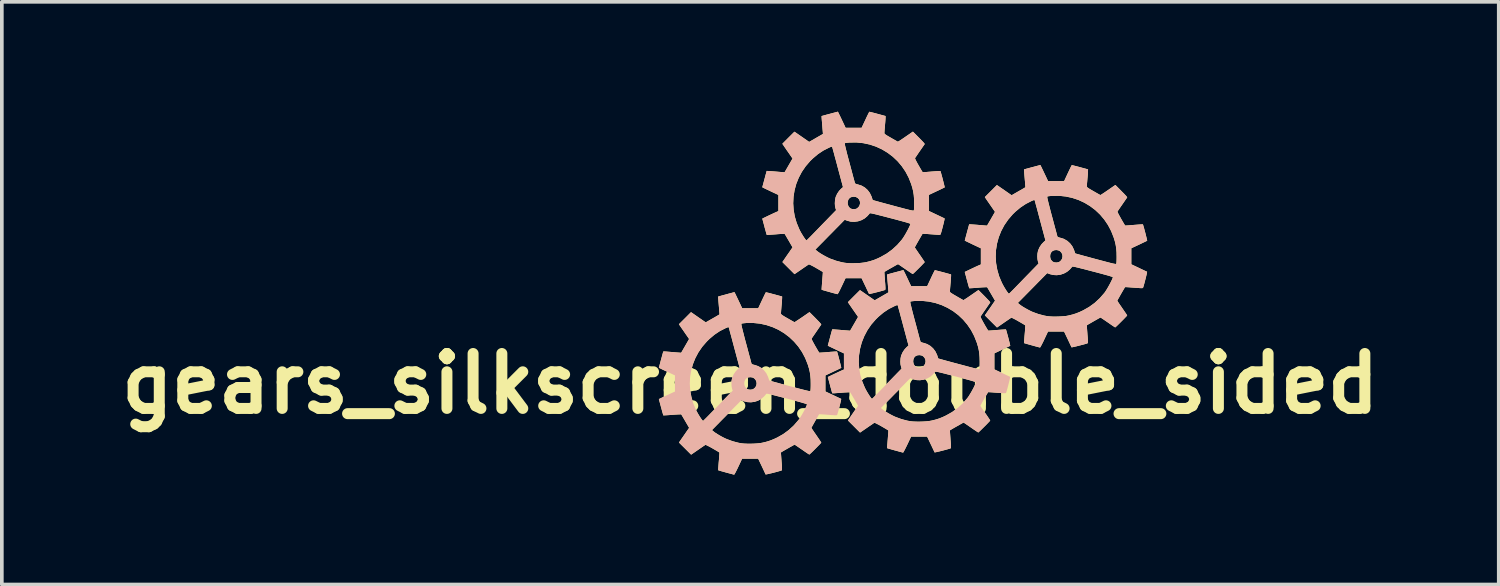
<source format=kicad_pcb>
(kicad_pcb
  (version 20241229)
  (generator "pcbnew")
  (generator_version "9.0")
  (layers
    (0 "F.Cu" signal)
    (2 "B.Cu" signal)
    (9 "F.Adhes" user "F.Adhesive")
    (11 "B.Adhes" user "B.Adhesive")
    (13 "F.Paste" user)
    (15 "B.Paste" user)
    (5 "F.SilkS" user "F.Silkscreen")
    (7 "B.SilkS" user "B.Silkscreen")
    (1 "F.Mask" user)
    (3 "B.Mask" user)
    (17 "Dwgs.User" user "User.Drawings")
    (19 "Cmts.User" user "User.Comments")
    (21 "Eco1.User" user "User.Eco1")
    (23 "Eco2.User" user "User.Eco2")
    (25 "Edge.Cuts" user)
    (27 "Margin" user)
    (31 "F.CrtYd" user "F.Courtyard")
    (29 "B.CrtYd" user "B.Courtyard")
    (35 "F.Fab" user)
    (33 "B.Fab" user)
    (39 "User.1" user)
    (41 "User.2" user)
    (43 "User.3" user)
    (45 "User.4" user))
  (footprint "gears_silkscreen_double_sided"
    (layer "F.Cu")
    (at 21.711 4.851)
    (property "Reference" "gears_silkscreen_double_sided" (at -4.268 2.576 0) (layer "F.SilkS") (effects (font (size 1.5 1.5) (thickness 0.3))))
    (attr board_only exclude_from_pos_files exclude_from_bom)
    (fp_poly (pts (xy -4.667 0.144) (xy -4.651 0.178) (xy -4.628 0.226) (xy -4.601 0.282) (xy -4.573 0.342) (xy -4.562 0.364) (xy -4.49 0.518) (xy -4.271 0.518) (xy -4.051 0.518) (xy -3.95 0.302) (xy -3.92 0.239) (xy -3.893 0.183) (xy -3.871 0.137) (xy -3.854 0.103) (xy -3.844 0.085) (xy -3.842 0.082) (xy -3.83 0.084) (xy -3.801 0.091) (xy -3.757 0.101) (xy -3.701 0.116) (xy -3.638 0.133) (xy -3.617 0.138) (xy -3.398 0.198) (xy -3.399 0.236) (xy -3.4 0.26) (xy -3.402 0.301) (xy -3.406 0.354) (xy -3.411 0.415) (xy -3.415 0.453) (xy -3.42 0.515) (xy -3.425 0.572) (xy -3.428 0.618) (xy -3.43 0.65) (xy -3.431 0.66) (xy -3.429 0.671) (xy -3.423 0.682) (xy -3.409 0.695) (xy -3.386 0.712) (xy -3.351 0.734) (xy -3.301 0.764) (xy -3.25 0.793) (xy -3.193 0.825) (xy -3.143 0.854) (xy -3.103 0.877) (xy -3.074 0.892) (xy -3.062 0.899) (xy -3.061 0.899) (xy -3.051 0.894) (xy -3.025 0.878) (xy -2.987 0.853) (xy -2.938 0.821) (xy -2.883 0.784) (xy -2.852 0.763) (xy -2.651 0.624) (xy -2.509 0.766) (xy -2.463 0.813) (xy -2.42 0.857) (xy -2.385 0.893) (xy -2.36 0.921) (xy -2.348 0.935) (xy -2.328 0.961) (xy -2.456 1.147) (xy -2.495 1.204) (xy -2.53 1.255) (xy -2.559 1.297) (xy -2.58 1.329) (xy -2.592 1.346) (xy -2.593 1.348) (xy -2.591 1.362) (xy -2.578 1.393) (xy -2.555 1.438) (xy -2.523 1.496) (xy -2.496 1.545) (xy -2.463 1.602) (xy -2.434 1.652) (xy -2.41 1.692) (xy -2.393 1.72) (xy -2.385 1.732) (xy -2.384 1.732) (xy -2.372 1.732) (xy -2.342 1.73) (xy -2.296 1.727) (xy -2.238 1.723) (xy -2.172 1.718) (xy -2.141 1.715) (xy -2.072 1.709) (xy -2.011 1.705) (xy -1.96 1.701) (xy -1.923 1.7) (xy -1.903 1.699) (xy -1.9 1.7) (xy -1.895 1.712) (xy -1.886 1.741) (xy -1.874 1.783) (xy -1.86 1.835) (xy -1.845 1.892) (xy -1.829 1.951) (xy -1.815 2.009) (xy -1.802 2.061) (xy -1.791 2.103) (xy -1.785 2.133) (xy -1.783 2.146) (xy -1.783 2.146) (xy -1.794 2.152) (xy -1.821 2.166) (xy -1.863 2.186) (xy -1.915 2.211) (xy -1.975 2.239) (xy -2.002 2.252) (xy -2.216 2.353) (xy -2.216 2.572) (xy -2.216 2.791) (xy -2.005 2.891) (xy -1.943 2.92) (xy -1.887 2.947) (xy -1.841 2.968) (xy -1.807 2.984) (xy -1.788 2.993) (xy -1.786 2.994) (xy -1.786 3.005) (xy -1.791 3.032) (xy -1.8 3.074) (xy -1.812 3.124) (xy -1.826 3.181) (xy -1.841 3.24) (xy -1.856 3.297) (xy -1.87 3.349) (xy -1.883 3.392) (xy -1.892 3.422) (xy -1.898 3.435) (xy -1.905 3.439) (xy -1.922 3.441) (xy -1.95 3.442) (xy -1.993 3.44) (xy -2.052 3.436) (xy -2.13 3.43) (xy -2.145 3.429) (xy -2.214 3.423) (xy -2.276 3.419) (xy -2.327 3.416) (xy -2.364 3.414) (xy -2.385 3.413) (xy -2.387 3.414) (xy -2.395 3.426) (xy -2.411 3.452) (xy -2.433 3.49) (xy -2.46 3.536) (xy -2.489 3.587) (xy -2.518 3.638) (xy -2.545 3.686) (xy -2.569 3.729) (xy -2.587 3.761) (xy -2.598 3.781) (xy -2.599 3.785) (xy -2.593 3.795) (xy -2.577 3.821) (xy -2.551 3.859) (xy -2.519 3.907) (xy -2.481 3.961) (xy -2.464 3.986) (xy -2.425 4.043) (xy -2.39 4.094) (xy -2.361 4.137) (xy -2.341 4.168) (xy -2.33 4.185) (xy -2.329 4.188) (xy -2.337 4.198) (xy -2.357 4.22) (xy -2.387 4.251) (xy -2.424 4.289) (xy -2.466 4.332) (xy -2.509 4.375) (xy -2.551 4.417) (xy -2.59 4.455) (xy -2.622 4.485) (xy -2.645 4.506) (xy -2.655 4.514) (xy -2.655 4.514) (xy -2.666 4.508) (xy -2.692 4.492) (xy -2.73 4.466) (xy -2.778 4.434) (xy -2.832 4.396) (xy -2.857 4.379) (xy -2.914 4.34) (xy -2.965 4.305) (xy -3.007 4.276) (xy -3.038 4.256) (xy -3.055 4.245) (xy -3.058 4.244) (xy -3.068 4.249) (xy -3.094 4.263) (xy -3.131 4.284) (xy -3.177 4.309) (xy -3.227 4.338) (xy -3.278 4.367) (xy -3.327 4.395) (xy -3.37 4.42) (xy -3.404 4.44) (xy -3.425 4.453) (xy -3.43 4.456) (xy -3.43 4.467) (xy -3.429 4.497) (xy -3.426 4.542) (xy -3.422 4.599) (xy -3.417 4.665) (xy -3.415 4.698) (xy -3.408 4.78) (xy -3.404 4.842) (xy -3.402 4.887) (xy -3.402 4.918) (xy -3.404 4.936) (xy -3.408 4.945) (xy -3.408 4.946) (xy -3.425 4.952) (xy -3.457 4.962) (xy -3.502 4.975) (xy -3.555 4.99) (xy -3.613 5.005) (xy -3.671 5.02) (xy -3.727 5.033) (xy -3.777 5.045) (xy -3.816 5.053) (xy -3.841 5.058) (xy -3.849 5.058) (xy -3.855 5.046) (xy -3.868 5.017) (xy -3.888 4.975) (xy -3.912 4.922) (xy -3.941 4.862) (xy -3.952 4.838) (xy -4.053 4.627) (xy -4.272 4.627) (xy -4.491 4.627) (xy -4.594 4.846) (xy -4.624 4.909) (xy -4.652 4.965) (xy -4.676 5.011) (xy -4.695 5.044) (xy -4.706 5.061) (xy -4.709 5.064) (xy -4.723 5.06) (xy -4.754 5.052) (xy -4.799 5.04) (xy -4.855 5.025) (xy -4.919 5.008) (xy -4.93 5.005) (xy -4.994 4.987) (xy -5.051 4.971) (xy -5.096 4.958) (xy -5.128 4.948) (xy -5.143 4.943) (xy -5.144 4.943) (xy -5.144 4.931) (xy -5.143 4.901) (xy -5.14 4.856) (xy -5.136 4.799) (xy -5.131 4.733) (xy -5.128 4.702) (xy -5.122 4.633) (xy -5.118 4.571) (xy -5.114 4.52) (xy -5.112 4.482) (xy -5.111 4.462) (xy -5.111 4.459) (xy -5.121 4.452) (xy -5.147 4.436) (xy -5.186 4.412) (xy -5.235 4.384) (xy -5.291 4.351) (xy -5.298 4.347) (xy -5.366 4.309) (xy -5.422 4.28) (xy -5.463 4.26) (xy -5.488 4.25) (xy -5.496 4.25) (xy -5.508 4.259) (xy -5.536 4.277) (xy -5.576 4.304) (xy -5.625 4.338) (xy -5.68 4.376) (xy -5.697 4.388) (xy -5.884 4.517) (xy -6.05 4.351) (xy -6.216 4.186) (xy -6.134 4.067) (xy -6.096 4.013) (xy -6.057 3.956) (xy -6.021 3.904) (xy -5.995 3.866) (xy -5.981 3.846) (xy -5.315 3.846) (xy -5.272 3.882) (xy -5.228 3.916) (xy -5.169 3.954) (xy -5.101 3.995) (xy -5.03 4.034) (xy -4.961 4.069) (xy -4.909 4.092) (xy -4.752 4.15) (xy -4.592 4.192) (xy -4.516 4.206) (xy -4.445 4.214) (xy -4.359 4.218) (xy -4.264 4.219) (xy -4.167 4.216) (xy -4.073 4.21) (xy -3.99 4.2) (xy -3.937 4.191) (xy -3.826 4.164) (xy -3.724 4.132) (xy -3.623 4.091) (xy -3.533 4.049) (xy -3.369 3.956) (xy -3.217 3.845) (xy -3.079 3.718) (xy -2.955 3.575) (xy -2.941 3.557) (xy -2.915 3.519) (xy -2.885 3.471) (xy -2.852 3.417) (xy -2.82 3.359) (xy -2.789 3.302) (xy -2.762 3.248) (xy -2.74 3.202) (xy -2.726 3.167) (xy -2.72 3.146) (xy -2.72 3.144) (xy -2.728 3.138) (xy -2.751 3.129) (xy -2.79 3.116) (xy -2.845 3.1) (xy -2.918 3.079) (xy -3.009 3.054) (xy -3.12 3.025) (xy -3.25 2.991) (xy -3.274 2.984) (xy -3.396 2.953) (xy -3.498 2.926) (xy -3.584 2.904) (xy -3.653 2.887) (xy -3.708 2.874) (xy -3.75 2.864) (xy -3.782 2.857) (xy -3.805 2.854) (xy -3.82 2.853) (xy -3.829 2.854) (xy -3.834 2.858) (xy -3.835 2.859) (xy -3.847 2.876) (xy -3.87 2.903) (xy -3.897 2.933) (xy -3.971 2.996) (xy -4.057 3.043) (xy -4.15 3.074) (xy -4.249 3.087) (xy -4.347 3.082) (xy -4.443 3.059) (xy -4.45 3.056) (xy -4.513 3.032) (xy -4.618 3.139) (xy -4.65 3.171) (xy -4.695 3.216) (xy -4.75 3.272) (xy -4.812 3.336) (xy -4.88 3.404) (xy -4.95 3.476) (xy -5.019 3.545) (xy -5.315 3.846) (xy -5.981 3.846) (xy -5.938 3.785) (xy -6.043 3.605) (xy -6.076 3.548) (xy -6.105 3.499) (xy -6.129 3.458) (xy -6.146 3.43) (xy -6.154 3.418) (xy -6.155 3.417) (xy -6.167 3.416) (xy -6.198 3.417) (xy -6.244 3.419) (xy -6.301 3.422) (xy -6.368 3.427) (xy -6.4 3.429) (xy -6.469 3.435) (xy -6.531 3.439) (xy -6.582 3.442) (xy -6.619 3.444) (xy -6.64 3.445) (xy -6.643 3.444) (xy -6.647 3.433) (xy -6.655 3.404) (xy -6.668 3.36) (xy -6.683 3.305) (xy -6.7 3.241) (xy -6.706 3.22) (xy -6.765 3) (xy -6.596 2.919) (xy -6.537 2.891) (xy -6.48 2.864) (xy -6.43 2.841) (xy -6.393 2.824) (xy -6.376 2.816) (xy -6.325 2.794) (xy -6.325 2.581) (xy -5.92 2.581) (xy -5.909 2.761) (xy -5.877 2.94) (xy -5.826 3.117) (xy -5.753 3.29) (xy -5.728 3.34) (xy -5.702 3.387) (xy -5.673 3.437) (xy -5.643 3.485) (xy -5.614 3.529) (xy -5.588 3.564) (xy -5.569 3.588) (xy -5.558 3.596) (xy -5.55 3.589) (xy -5.528 3.567) (xy -5.494 3.534) (xy -5.451 3.491) (xy -5.4 3.439) (xy -5.343 3.38) (xy -5.293 3.329) (xy -5.224 3.258) (xy -5.152 3.184) (xy -5.082 3.111) (xy -5.015 3.042) (xy -4.956 2.981) (xy -4.907 2.931) (xy -4.892 2.915) (xy -4.749 2.769) (xy -4.766 2.715) (xy -4.779 2.65) (xy -4.783 2.575) (xy -4.783 2.57) (xy -4.434 2.57) (xy -4.427 2.624) (xy -4.405 2.673) (xy -4.369 2.713) (xy -4.356 2.722) (xy -4.311 2.739) (xy -4.258 2.743) (xy -4.206 2.734) (xy -4.179 2.721) (xy -4.134 2.683) (xy -4.106 2.635) (xy -4.095 2.581) (xy -4.1 2.527) (xy -4.122 2.476) (xy -4.161 2.433) (xy -4.163 2.432) (xy -4.209 2.409) (xy -4.263 2.401) (xy -4.318 2.406) (xy -4.365 2.426) (xy -4.369 2.429) (xy -4.405 2.467) (xy -4.427 2.516) (xy -4.434 2.57) (xy -4.783 2.57) (xy -4.779 2.497) (xy -4.765 2.427) (xy -4.76 2.409) (xy -4.721 2.321) (xy -4.668 2.243) (xy -4.61 2.182) (xy -4.561 2.14) (xy -4.705 1.602) (xy -4.733 1.497) (xy -4.759 1.399) (xy -4.783 1.308) (xy -4.805 1.228) (xy -4.824 1.16) (xy -4.838 1.105) (xy -4.849 1.067) (xy -4.854 1.048) (xy -4.855 1.045) (xy -4.86 1.037) (xy -4.871 1.035) (xy -4.891 1.041) (xy -4.924 1.055) (xy -4.943 1.063) (xy -5.097 1.141) (xy -5.243 1.238) (xy -5.382 1.355) (xy -5.457 1.429) (xy -5.58 1.571) (xy -5.685 1.724) (xy -5.77 1.884) (xy -5.837 2.052) (xy -5.884 2.225) (xy -5.912 2.402) (xy -5.92 2.581) (xy -6.325 2.581) (xy -6.325 2.574) (xy -6.325 2.353) (xy -6.484 2.278) (xy -6.544 2.25) (xy -6.601 2.223) (xy -6.652 2.199) (xy -6.691 2.18) (xy -6.704 2.173) (xy -6.765 2.144) (xy -6.706 1.922) (xy -6.688 1.857) (xy -6.672 1.798) (xy -6.659 1.751) (xy -6.65 1.717) (xy -6.644 1.699) (xy -6.644 1.698) (xy -6.633 1.698) (xy -6.603 1.699) (xy -6.558 1.702) (xy -6.501 1.707) (xy -6.435 1.712) (xy -6.399 1.715) (xy -6.33 1.721) (xy -6.268 1.726) (xy -6.217 1.73) (xy -6.179 1.733) (xy -6.159 1.734) (xy -6.156 1.734) (xy -6.151 1.725) (xy -6.136 1.7) (xy -6.114 1.662) (xy -6.086 1.613) (xy -6.053 1.557) (xy -6.047 1.546) (xy -5.939 1.358) (xy -6.06 1.184) (xy -6.098 1.128) (xy -6.134 1.077) (xy -6.164 1.034) (xy -6.186 1.001) (xy -6.198 0.983) (xy -6.199 0.982) (xy -6.216 0.955) (xy -6.207 0.945) (xy -4.512 0.945) (xy -4.512 0.96) (xy -4.508 0.986) (xy -4.5 1.023) (xy -4.488 1.073) (xy -4.472 1.138) (xy -4.451 1.218) (xy -4.426 1.317) (xy -4.395 1.434) (xy -4.382 1.481) (xy -4.354 1.585) (xy -4.328 1.683) (xy -4.304 1.773) (xy -4.282 1.853) (xy -4.264 1.92) (xy -4.25 1.974) (xy -4.24 2.011) (xy -4.235 2.03) (xy -4.234 2.032) (xy -4.221 2.045) (xy -4.189 2.058) (xy -4.15 2.067) (xy -4.052 2.1) (xy -3.964 2.15) (xy -3.889 2.217) (xy -3.827 2.299) (xy -3.782 2.394) (xy -3.775 2.415) (xy -3.763 2.452) (xy -3.753 2.479) (xy -3.748 2.493) (xy -3.748 2.493) (xy -3.737 2.496) (xy -3.708 2.505) (xy -3.661 2.518) (xy -3.6 2.535) (xy -3.525 2.555) (xy -3.439 2.579) (xy -3.343 2.605) (xy -3.241 2.632) (xy -3.191 2.645) (xy -3.068 2.678) (xy -2.965 2.706) (xy -2.879 2.728) (xy -2.809 2.746) (xy -2.753 2.76) (xy -2.71 2.77) (xy -2.678 2.777) (xy -2.655 2.781) (xy -2.64 2.781) (xy -2.631 2.78) (xy -2.627 2.777) (xy -2.627 2.777) (xy -2.623 2.76) (xy -2.62 2.726) (xy -2.618 2.679) (xy -2.617 2.622) (xy -2.617 2.581) (xy -2.619 2.462) (xy -2.628 2.358) (xy -2.643 2.26) (xy -2.666 2.162) (xy -2.698 2.057) (xy -2.767 1.882) (xy -2.853 1.719) (xy -2.955 1.568) (xy -3.072 1.431) (xy -3.202 1.308) (xy -3.344 1.2) (xy -3.497 1.108) (xy -3.659 1.034) (xy -3.83 0.977) (xy -4.007 0.938) (xy -4.189 0.92) (xy -4.376 0.921) (xy -4.393 0.923) (xy -4.439 0.927) (xy -4.478 0.932) (xy -4.504 0.937) (xy -4.51 0.939) (xy -4.512 0.945) (xy -6.207 0.945) (xy -6.051 0.79) (xy -5.887 0.625) (xy -5.686 0.765) (xy -5.485 0.904) (xy -5.298 0.797) (xy -5.24 0.764) (xy -5.19 0.735) (xy -5.15 0.711) (xy -5.122 0.695) (xy -5.109 0.687) (xy -5.109 0.687) (xy -5.109 0.676) (xy -5.111 0.647) (xy -5.115 0.603) (xy -5.119 0.546) (xy -5.125 0.48) (xy -5.128 0.444) (xy -5.134 0.374) (xy -5.139 0.312) (xy -5.142 0.261) (xy -5.145 0.223) (xy -5.146 0.202) (xy -5.146 0.199) (xy -5.135 0.196) (xy -5.106 0.188) (xy -5.063 0.176) (xy -5.008 0.161) (xy -4.944 0.144) (xy -4.921 0.137) (xy -4.7 0.078)) (stroke (width 0) (type solid)) (fill yes) (layer "F.SilkS"))
    (fp_poly (pts (xy -1.843 -4.785) (xy -1.826 -4.752) (xy -1.803 -4.704) (xy -1.776 -4.647) (xy -1.748 -4.588) (xy -1.737 -4.565) (xy -1.665 -4.411) (xy -1.446 -4.411) (xy -1.227 -4.411) (xy -1.125 -4.628) (xy -1.096 -4.691) (xy -1.069 -4.747) (xy -1.046 -4.793) (xy -1.029 -4.827) (xy -1.019 -4.845) (xy -1.017 -4.848) (xy -1.006 -4.846) (xy -0.976 -4.839) (xy -0.932 -4.828) (xy -0.877 -4.814) (xy -0.813 -4.797) (xy -0.792 -4.791) (xy -0.574 -4.732) (xy -0.574 -4.693) (xy -0.575 -4.669) (xy -0.577 -4.629) (xy -0.581 -4.576) (xy -0.586 -4.515) (xy -0.59 -4.476) (xy -0.595 -4.414) (xy -0.6 -4.358) (xy -0.603 -4.312) (xy -0.605 -4.28) (xy -0.606 -4.269) (xy -0.604 -4.258) (xy -0.598 -4.247) (xy -0.584 -4.234) (xy -0.561 -4.218) (xy -0.526 -4.195) (xy -0.476 -4.166) (xy -0.425 -4.137) (xy -0.369 -4.104) (xy -0.319 -4.076) (xy -0.278 -4.053) (xy -0.25 -4.037) (xy -0.237 -4.03) (xy -0.237 -4.03) (xy -0.226 -4.036) (xy -0.2 -4.051) (xy -0.162 -4.076) (xy -0.114 -4.108) (xy -0.058 -4.146) (xy -0.028 -4.167) (xy 0.174 -4.306) (xy 0.316 -4.163) (xy 0.362 -4.117) (xy 0.404 -4.073) (xy 0.44 -4.036) (xy 0.465 -4.009) (xy 0.477 -3.995) (xy 0.497 -3.968) (xy 0.368 -3.782) (xy 0.329 -3.726) (xy 0.295 -3.675) (xy 0.266 -3.632) (xy 0.244 -3.601) (xy 0.233 -3.584) (xy 0.232 -3.582) (xy 0.234 -3.568) (xy 0.247 -3.537) (xy 0.27 -3.492) (xy 0.301 -3.434) (xy 0.329 -3.385) (xy 0.362 -3.328) (xy 0.391 -3.278) (xy 0.415 -3.238) (xy 0.432 -3.21) (xy 0.44 -3.198) (xy 0.44 -3.198) (xy 0.453 -3.198) (xy 0.483 -3.199) (xy 0.529 -3.202) (xy 0.586 -3.207) (xy 0.653 -3.212) (xy 0.683 -3.215) (xy 0.752 -3.22) (xy 0.814 -3.225) (xy 0.865 -3.228) (xy 0.902 -3.23) (xy 0.922 -3.23) (xy 0.925 -3.23) (xy 0.929 -3.218) (xy 0.938 -3.189) (xy 0.95 -3.147) (xy 0.964 -3.095) (xy 0.98 -3.038) (xy 0.995 -2.979) (xy 1.01 -2.921) (xy 1.023 -2.869) (xy 1.033 -2.826) (xy 1.04 -2.797) (xy 1.042 -2.784) (xy 1.042 -2.783) (xy 1.031 -2.777) (xy 1.003 -2.764) (xy 0.962 -2.744) (xy 0.91 -2.719) (xy 0.85 -2.69) (xy 0.823 -2.678) (xy 0.609 -2.577) (xy 0.609 -2.358) (xy 0.609 -2.139) (xy 0.82 -2.039) (xy 0.882 -2.01) (xy 0.938 -1.983) (xy 0.984 -1.961) (xy 1.018 -1.945) (xy 1.037 -1.937) (xy 1.039 -1.936) (xy 1.039 -1.925) (xy 1.034 -1.897) (xy 1.025 -1.856) (xy 1.013 -1.805) (xy 0.999 -1.749) (xy 0.984 -1.69) (xy 0.969 -1.633) (xy 0.955 -1.581) (xy 0.942 -1.538) (xy 0.932 -1.508) (xy 0.927 -1.495) (xy 0.92 -1.491) (xy 0.903 -1.488) (xy 0.875 -1.488) (xy 0.832 -1.49) (xy 0.772 -1.494) (xy 0.694 -1.5) (xy 0.68 -1.501) (xy 0.611 -1.506) (xy 0.549 -1.511) (xy 0.498 -1.514) (xy 0.46 -1.516) (xy 0.44 -1.516) (xy 0.437 -1.516) (xy 0.43 -1.504) (xy 0.414 -1.477) (xy 0.392 -1.439) (xy 0.365 -1.393) (xy 0.336 -1.343) (xy 0.307 -1.292) (xy 0.279 -1.243) (xy 0.256 -1.201) (xy 0.238 -1.168) (xy 0.227 -1.149) (xy 0.226 -1.145) (xy 0.231 -1.134) (xy 0.248 -1.109) (xy 0.273 -1.071) (xy 0.306 -1.023) (xy 0.343 -0.968) (xy 0.361 -0.944) (xy 0.4 -0.886) (xy 0.435 -0.835) (xy 0.463 -0.793) (xy 0.484 -0.762) (xy 0.494 -0.744) (xy 0.496 -0.742) (xy 0.488 -0.732) (xy 0.468 -0.71) (xy 0.438 -0.679) (xy 0.401 -0.64) (xy 0.359 -0.598) (xy 0.316 -0.555) (xy 0.273 -0.513) (xy 0.235 -0.475) (xy 0.203 -0.445) (xy 0.18 -0.424) (xy 0.17 -0.416) (xy 0.17 -0.416) (xy 0.159 -0.422) (xy 0.133 -0.438) (xy 0.095 -0.464) (xy 0.047 -0.496) (xy -0.008 -0.534) (xy -0.032 -0.551) (xy -0.089 -0.59) (xy -0.14 -0.625) (xy -0.182 -0.654) (xy -0.213 -0.674) (xy -0.231 -0.685) (xy -0.233 -0.686) (xy -0.244 -0.681) (xy -0.269 -0.667) (xy -0.307 -0.646) (xy -0.352 -0.62) (xy -0.402 -0.592) (xy -0.454 -0.563) (xy -0.503 -0.534) (xy -0.546 -0.509) (xy -0.579 -0.49) (xy -0.6 -0.477) (xy -0.605 -0.474) (xy -0.605 -0.462) (xy -0.604 -0.433) (xy -0.601 -0.388) (xy -0.597 -0.33) (xy -0.592 -0.264) (xy -0.59 -0.231) (xy -0.583 -0.15) (xy -0.579 -0.088) (xy -0.577 -0.042) (xy -0.577 -0.012) (xy -0.579 0.007) (xy -0.583 0.015) (xy -0.584 0.016) (xy -0.6 0.023) (xy -0.633 0.033) (xy -0.677 0.045) (xy -0.73 0.06) (xy -0.788 0.075) (xy -0.847 0.09) (xy -0.903 0.104) (xy -0.952 0.115) (xy -0.991 0.124) (xy -1.017 0.128) (xy -1.024 0.128) (xy -1.03 0.116) (xy -1.043 0.087) (xy -1.063 0.045) (xy -1.088 -0.007) (xy -1.116 -0.068) (xy -1.128 -0.092) (xy -1.228 -0.302) (xy -1.447 -0.302) (xy -1.666 -0.302) (xy -1.769 -0.084) (xy -1.8 -0.021) (xy -1.827 0.035) (xy -1.851 0.081) (xy -1.87 0.114) (xy -1.882 0.132) (xy -1.885 0.134) (xy -1.898 0.131) (xy -1.929 0.123) (xy -1.975 0.111) (xy -2.031 0.096) (xy -2.094 0.078) (xy -2.106 0.075) (xy -2.169 0.057) (xy -2.226 0.041) (xy -2.272 0.028) (xy -2.304 0.018) (xy -2.319 0.013) (xy -2.319 0.013) (xy -2.32 0.001) (xy -2.318 -0.029) (xy -2.315 -0.074) (xy -2.311 -0.131) (xy -2.306 -0.197) (xy -2.303 -0.228) (xy -2.298 -0.297) (xy -2.293 -0.359) (xy -2.289 -0.41) (xy -2.287 -0.447) (xy -2.286 -0.468) (xy -2.287 -0.471) (xy -2.297 -0.478) (xy -2.322 -0.494) (xy -2.361 -0.517) (xy -2.41 -0.546) (xy -2.466 -0.578) (xy -2.473 -0.583) (xy -2.541 -0.621) (xy -2.597 -0.65) (xy -2.638 -0.67) (xy -2.663 -0.679) (xy -2.671 -0.679) (xy -2.684 -0.671) (xy -2.711 -0.652) (xy -2.751 -0.625) (xy -2.8 -0.592) (xy -2.855 -0.554) (xy -2.872 -0.542) (xy -3.06 -0.413) (xy -3.225 -0.578) (xy -3.391 -0.744) (xy -3.309 -0.863) (xy -3.272 -0.917) (xy -3.233 -0.973) (xy -3.196 -1.025) (xy -3.17 -1.064) (xy -3.156 -1.084) (xy -2.49 -1.084) (xy -2.447 -1.048) (xy -2.403 -1.014) (xy -2.344 -0.975) (xy -2.277 -0.935) (xy -2.206 -0.896) (xy -2.137 -0.861) (xy -2.085 -0.837) (xy -1.927 -0.78) (xy -1.767 -0.738) (xy -1.691 -0.724) (xy -1.62 -0.716) (xy -1.534 -0.711) (xy -1.439 -0.711) (xy -1.342 -0.714) (xy -1.248 -0.72) (xy -1.165 -0.73) (xy -1.112 -0.739) (xy -1.001 -0.766) (xy -0.899 -0.798) (xy -0.798 -0.839) (xy -0.709 -0.881) (xy -0.544 -0.974) (xy -0.392 -1.085) (xy -0.254 -1.212) (xy -0.13 -1.354) (xy -0.117 -1.372) (xy -0.09 -1.41) (xy -0.06 -1.458) (xy -0.027 -1.513) (xy 0.005 -1.571) (xy 0.036 -1.628) (xy 0.063 -1.682) (xy 0.085 -1.728) (xy 0.099 -1.763) (xy 0.105 -1.784) (xy 0.104 -1.786) (xy 0.096 -1.792) (xy 0.073 -1.801) (xy 0.035 -1.813) (xy -0.021 -1.83) (xy -0.093 -1.85) (xy -0.185 -1.875) (xy -0.295 -1.905) (xy -0.425 -1.939) (xy -0.449 -1.945) (xy -0.571 -1.977) (xy -0.674 -2.004) (xy -0.759 -2.025) (xy -0.828 -2.043) (xy -0.883 -2.056) (xy -0.926 -2.066) (xy -0.957 -2.072) (xy -0.98 -2.076) (xy -0.995 -2.077) (xy -1.004 -2.075) (xy -1.009 -2.072) (xy -1.01 -2.07) (xy -1.022 -2.053) (xy -1.045 -2.027) (xy -1.073 -1.996) (xy -1.146 -1.934) (xy -1.232 -1.887) (xy -1.326 -1.856) (xy -1.424 -1.843) (xy -1.523 -1.847) (xy -1.618 -1.871) (xy -1.625 -1.874) (xy -1.689 -1.898) (xy -1.793 -1.791) (xy -1.825 -1.759) (xy -1.87 -1.713) (xy -1.925 -1.658) (xy -1.987 -1.594) (xy -2.055 -1.525) (xy -2.126 -1.454) (xy -2.194 -1.384) (xy -2.49 -1.084) (xy -3.156 -1.084) (xy -3.114 -1.145) (xy -3.218 -1.325) (xy -3.251 -1.381) (xy -3.28 -1.431) (xy -3.304 -1.472) (xy -3.321 -1.5) (xy -3.33 -1.512) (xy -3.33 -1.512) (xy -3.342 -1.514) (xy -3.373 -1.513) (xy -3.419 -1.511) (xy -3.477 -1.508) (xy -3.543 -1.503) (xy -3.575 -1.5) (xy -3.644 -1.495) (xy -3.706 -1.491) (xy -3.757 -1.487) (xy -3.795 -1.485) (xy -3.815 -1.485) (xy -3.818 -1.486) (xy -3.822 -1.497) (xy -3.831 -1.526) (xy -3.843 -1.57) (xy -3.858 -1.625) (xy -3.876 -1.688) (xy -3.881 -1.71) (xy -3.94 -1.93) (xy -3.772 -2.011) (xy -3.712 -2.039) (xy -3.655 -2.066) (xy -3.605 -2.089) (xy -3.568 -2.106) (xy -3.552 -2.113) (xy -3.5 -2.135) (xy -3.5 -2.348) (xy -3.096 -2.348) (xy -3.084 -2.169) (xy -3.053 -1.989) (xy -3.001 -1.813) (xy -2.929 -1.64) (xy -2.904 -1.59) (xy -2.878 -1.542) (xy -2.848 -1.493) (xy -2.818 -1.444) (xy -2.789 -1.401) (xy -2.763 -1.365) (xy -2.744 -1.342) (xy -2.734 -1.334) (xy -2.725 -1.341) (xy -2.703 -1.362) (xy -2.669 -1.396) (xy -2.626 -1.439) (xy -2.575 -1.491) (xy -2.518 -1.55) (xy -2.468 -1.601) (xy -2.399 -1.672) (xy -2.328 -1.746) (xy -2.257 -1.819) (xy -2.19 -1.887) (xy -2.131 -1.948) (xy -2.082 -1.999) (xy -2.067 -2.014) (xy -1.924 -2.161) (xy -1.941 -2.214) (xy -1.955 -2.279) (xy -1.959 -2.355) (xy -1.958 -2.36) (xy -1.609 -2.36) (xy -1.602 -2.306) (xy -1.58 -2.256) (xy -1.544 -2.217) (xy -1.532 -2.208) (xy -1.486 -2.191) (xy -1.433 -2.187) (xy -1.381 -2.196) (xy -1.354 -2.208) (xy -1.31 -2.247) (xy -1.282 -2.295) (xy -1.27 -2.348) (xy -1.275 -2.403) (xy -1.297 -2.454) (xy -1.337 -2.497) (xy -1.338 -2.497) (xy -1.384 -2.52) (xy -1.438 -2.529) (xy -1.493 -2.523) (xy -1.541 -2.503) (xy -1.544 -2.501) (xy -1.581 -2.463) (xy -1.602 -2.414) (xy -1.609 -2.36) (xy -1.958 -2.36) (xy -1.954 -2.432) (xy -1.94 -2.503) (xy -1.935 -2.521) (xy -1.896 -2.608) (xy -1.843 -2.687) (xy -1.785 -2.748) (xy -1.736 -2.79) (xy -1.88 -3.328) (xy -1.908 -3.433) (xy -1.934 -3.531) (xy -1.959 -3.621) (xy -1.98 -3.702) (xy -1.999 -3.77) (xy -2.014 -3.824) (xy -2.024 -3.862) (xy -2.03 -3.882) (xy -2.03 -3.884) (xy -2.036 -3.892) (xy -2.046 -3.894) (xy -2.066 -3.889) (xy -2.1 -3.875) (xy -2.118 -3.867) (xy -2.272 -3.789) (xy -2.418 -3.692) (xy -2.557 -3.575) (xy -2.633 -3.501) (xy -2.756 -3.358) (xy -2.86 -3.206) (xy -2.945 -3.045) (xy -3.012 -2.878) (xy -3.059 -2.704) (xy -3.087 -2.528) (xy -3.096 -2.348) (xy -3.5 -2.348) (xy -3.5 -2.356) (xy -3.5 -2.576) (xy -3.66 -2.651) (xy -3.719 -2.679) (xy -3.777 -2.707) (xy -3.828 -2.731) (xy -3.867 -2.75) (xy -3.88 -2.756) (xy -3.94 -2.786) (xy -3.881 -3.007) (xy -3.863 -3.073) (xy -3.848 -3.131) (xy -3.834 -3.179) (xy -3.825 -3.213) (xy -3.82 -3.231) (xy -3.819 -3.232) (xy -3.808 -3.232) (xy -3.778 -3.23) (xy -3.733 -3.227) (xy -3.676 -3.223) (xy -3.61 -3.218) (xy -3.574 -3.215) (xy -3.505 -3.209) (xy -3.443 -3.204) (xy -3.392 -3.2) (xy -3.355 -3.197) (xy -3.334 -3.195) (xy -3.331 -3.195) (xy -3.326 -3.205) (xy -3.311 -3.23) (xy -3.289 -3.268) (xy -3.261 -3.316) (xy -3.229 -3.372) (xy -3.222 -3.384) (xy -3.114 -3.571) (xy -3.235 -3.746) (xy -3.274 -3.801) (xy -3.309 -3.853) (xy -3.339 -3.896) (xy -3.361 -3.929) (xy -3.373 -3.947) (xy -3.374 -3.947) (xy -3.392 -3.975) (xy -3.382 -3.984) (xy -1.688 -3.984) (xy -1.687 -3.969) (xy -1.683 -3.944) (xy -1.675 -3.907) (xy -1.663 -3.857) (xy -1.647 -3.792) (xy -1.627 -3.711) (xy -1.601 -3.613) (xy -1.57 -3.496) (xy -1.557 -3.449) (xy -1.529 -3.345) (xy -1.503 -3.247) (xy -1.479 -3.157) (xy -1.458 -3.077) (xy -1.439 -3.009) (xy -1.425 -2.956) (xy -1.415 -2.919) (xy -1.41 -2.9) (xy -1.409 -2.898) (xy -1.396 -2.885) (xy -1.364 -2.872) (xy -1.325 -2.862) (xy -1.227 -2.83) (xy -1.139 -2.779) (xy -1.064 -2.712) (xy -1.003 -2.631) (xy -0.957 -2.536) (xy -0.95 -2.515) (xy -0.938 -2.478) (xy -0.929 -2.45) (xy -0.924 -2.437) (xy -0.923 -2.437) (xy -0.913 -2.433) (xy -0.883 -2.425) (xy -0.836 -2.412) (xy -0.775 -2.395) (xy -0.7 -2.374) (xy -0.614 -2.351) (xy -0.519 -2.325) (xy -0.416 -2.298) (xy -0.366 -2.284) (xy -0.244 -2.251) (xy -0.14 -2.224) (xy -0.054 -2.201) (xy 0.016 -2.183) (xy 0.072 -2.169) (xy 0.115 -2.159) (xy 0.147 -2.153) (xy 0.17 -2.149) (xy 0.185 -2.148) (xy 0.193 -2.15) (xy 0.198 -2.153) (xy 0.198 -2.153) (xy 0.202 -2.169) (xy 0.204 -2.203) (xy 0.207 -2.251) (xy 0.208 -2.307) (xy 0.208 -2.349) (xy 0.205 -2.467) (xy 0.197 -2.572) (xy 0.182 -2.67) (xy 0.159 -2.768) (xy 0.127 -2.872) (xy 0.058 -3.047) (xy -0.028 -3.211) (xy -0.13 -3.361) (xy -0.247 -3.499) (xy -0.377 -3.622) (xy -0.519 -3.729) (xy -0.672 -3.821) (xy -0.834 -3.896) (xy -1.005 -3.953) (xy -1.182 -3.991) (xy -1.365 -4.01) (xy -1.552 -4.008) (xy -1.568 -4.007) (xy -1.614 -4.003) (xy -1.653 -3.998) (xy -1.679 -3.993) (xy -1.685 -3.991) (xy -1.688 -3.984) (xy -3.382 -3.984) (xy -3.227 -4.14) (xy -3.062 -4.304) (xy -2.861 -4.165) (xy -2.66 -4.025) (xy -2.473 -4.133) (xy -2.416 -4.166) (xy -2.365 -4.195) (xy -2.325 -4.218) (xy -2.297 -4.235) (xy -2.284 -4.242) (xy -2.284 -4.243) (xy -2.284 -4.253) (xy -2.286 -4.282) (xy -2.29 -4.327) (xy -2.295 -4.384) (xy -2.3 -4.45) (xy -2.303 -4.486) (xy -2.309 -4.555) (xy -2.314 -4.618) (xy -2.318 -4.669) (xy -2.32 -4.707) (xy -2.321 -4.727) (xy -2.321 -4.73) (xy -2.31 -4.734) (xy -2.281 -4.742) (xy -2.238 -4.754) (xy -2.183 -4.769) (xy -2.119 -4.786) (xy -2.096 -4.792) (xy -1.875 -4.851)) (stroke (width 0) (type solid)) (fill yes) (layer "F.SilkS"))
    (fp_poly (pts (xy -0.053 -0.458) (xy -0.036 -0.425) (xy -0.013 -0.377) (xy 0.014 -0.32) (xy 0.042 -0.261) (xy 0.052 -0.238) (xy 0.125 -0.084) (xy 0.344 -0.084) (xy 0.563 -0.084) (xy 0.665 -0.301) (xy 0.694 -0.364) (xy 0.721 -0.42) (xy 0.744 -0.466) (xy 0.761 -0.5) (xy 0.771 -0.518) (xy 0.773 -0.521) (xy 0.784 -0.519) (xy 0.814 -0.512) (xy 0.858 -0.501) (xy 0.913 -0.487) (xy 0.977 -0.47) (xy 0.998 -0.465) (xy 1.216 -0.405) (xy 1.216 -0.366) (xy 1.215 -0.342) (xy 1.213 -0.302) (xy 1.208 -0.249) (xy 1.204 -0.188) (xy 1.2 -0.149) (xy 1.195 -0.087) (xy 1.19 -0.031) (xy 1.187 0.015) (xy 1.184 0.047) (xy 1.184 0.058) (xy 1.186 0.069) (xy 1.192 0.08) (xy 1.205 0.093) (xy 1.229 0.109) (xy 1.264 0.131) (xy 1.314 0.161) (xy 1.365 0.19) (xy 1.421 0.223) (xy 1.471 0.251) (xy 1.512 0.274) (xy 1.54 0.29) (xy 1.553 0.296) (xy 1.553 0.297) (xy 1.564 0.291) (xy 1.59 0.275) (xy 1.628 0.251) (xy 1.676 0.219) (xy 1.732 0.181) (xy 1.762 0.16) (xy 1.964 0.021) (xy 2.106 0.163) (xy 2.152 0.21) (xy 2.194 0.254) (xy 2.23 0.291) (xy 2.255 0.318) (xy 2.267 0.332) (xy 2.287 0.358) (xy 2.158 0.545) (xy 2.119 0.601) (xy 2.084 0.652) (xy 2.055 0.695) (xy 2.034 0.726) (xy 2.023 0.743) (xy 2.022 0.745) (xy 2.024 0.759) (xy 2.037 0.79) (xy 2.06 0.835) (xy 2.091 0.893) (xy 2.119 0.942) (xy 2.151 0.999) (xy 2.181 1.049) (xy 2.205 1.089) (xy 2.222 1.117) (xy 2.23 1.129) (xy 2.23 1.129) (xy 2.243 1.129) (xy 2.273 1.128) (xy 2.319 1.125) (xy 2.376 1.12) (xy 2.443 1.115) (xy 2.473 1.112) (xy 2.542 1.107) (xy 2.604 1.102) (xy 2.655 1.099) (xy 2.692 1.097) (xy 2.712 1.096) (xy 2.715 1.097) (xy 2.719 1.109) (xy 2.728 1.138) (xy 2.74 1.18) (xy 2.754 1.232) (xy 2.77 1.289) (xy 2.785 1.348) (xy 2.8 1.406) (xy 2.813 1.458) (xy 2.823 1.5) (xy 2.83 1.53) (xy 2.832 1.543) (xy 2.832 1.544) (xy 2.821 1.549) (xy 2.793 1.563) (xy 2.752 1.583) (xy 2.7 1.608) (xy 2.64 1.637) (xy 2.613 1.649) (xy 2.399 1.75) (xy 2.399 1.969) (xy 2.399 2.188) (xy 2.609 2.288) (xy 2.672 2.317) (xy 2.728 2.344) (xy 2.774 2.366) (xy 2.808 2.382) (xy 2.827 2.39) (xy 2.829 2.391) (xy 2.829 2.402) (xy 2.824 2.43) (xy 2.815 2.471) (xy 2.803 2.522) (xy 2.789 2.578) (xy 2.774 2.637) (xy 2.759 2.694) (xy 2.744 2.746) (xy 2.732 2.789) (xy 2.722 2.819) (xy 2.717 2.832) (xy 2.71 2.836) (xy 2.693 2.838) (xy 2.664 2.839) (xy 2.622 2.837) (xy 2.562 2.833) (xy 2.484 2.827) (xy 2.47 2.826) (xy 2.4 2.821) (xy 2.339 2.816) (xy 2.288 2.813) (xy 2.25 2.811) (xy 2.23 2.81) (xy 2.227 2.811) (xy 2.22 2.823) (xy 2.204 2.849) (xy 2.181 2.888) (xy 2.155 2.934) (xy 2.126 2.984) (xy 2.097 3.035) (xy 2.069 3.084) (xy 2.046 3.126) (xy 2.028 3.159) (xy 2.017 3.178) (xy 2.015 3.182) (xy 2.021 3.193) (xy 2.038 3.218) (xy 2.063 3.256) (xy 2.096 3.304) (xy 2.133 3.359) (xy 2.15 3.383) (xy 2.19 3.44) (xy 2.225 3.492) (xy 2.253 3.534) (xy 2.274 3.565) (xy 2.284 3.583) (xy 2.285 3.585) (xy 2.278 3.595) (xy 2.258 3.617) (xy 2.228 3.648) (xy 2.191 3.687) (xy 2.149 3.729) (xy 2.106 3.772) (xy 2.063 3.814) (xy 2.025 3.852) (xy 1.993 3.882) (xy 1.97 3.903) (xy 1.96 3.911) (xy 1.959 3.911) (xy 1.949 3.905) (xy 1.923 3.889) (xy 1.885 3.863) (xy 1.837 3.831) (xy 1.782 3.793) (xy 1.758 3.776) (xy 1.701 3.737) (xy 1.65 3.702) (xy 1.608 3.673) (xy 1.577 3.653) (xy 1.559 3.642) (xy 1.557 3.641) (xy 1.546 3.646) (xy 1.521 3.66) (xy 1.483 3.681) (xy 1.438 3.707) (xy 1.388 3.735) (xy 1.336 3.764) (xy 1.287 3.792) (xy 1.244 3.817) (xy 1.211 3.837) (xy 1.19 3.85) (xy 1.185 3.853) (xy 1.185 3.864) (xy 1.186 3.894) (xy 1.189 3.939) (xy 1.193 3.996) (xy 1.198 4.063) (xy 1.2 4.096) (xy 1.207 4.177) (xy 1.211 4.239) (xy 1.213 4.284) (xy 1.213 4.315) (xy 1.211 4.334) (xy 1.207 4.342) (xy 1.206 4.343) (xy 1.19 4.349) (xy 1.157 4.36) (xy 1.113 4.372) (xy 1.06 4.387) (xy 1.002 4.402) (xy 0.943 4.417) (xy 0.887 4.431) (xy 0.838 4.442) (xy 0.799 4.451) (xy 0.773 4.455) (xy 0.766 4.455) (xy 0.76 4.443) (xy 0.747 4.414) (xy 0.727 4.372) (xy 0.702 4.319) (xy 0.674 4.259) (xy 0.662 4.235) (xy 0.562 4.025) (xy 0.343 4.025) (xy 0.124 4.025) (xy 0.021 4.243) (xy -0.01 4.306) (xy -0.038 4.362) (xy -0.062 4.408) (xy -0.08 4.441) (xy -0.092 4.459) (xy -0.095 4.461) (xy -0.108 4.458) (xy -0.139 4.45) (xy -0.185 4.438) (xy -0.241 4.422) (xy -0.304 4.405) (xy -0.316 4.402) (xy -0.38 4.384) (xy -0.436 4.368) (xy -0.482 4.355) (xy -0.514 4.345) (xy -0.529 4.34) (xy -0.529 4.34) (xy -0.53 4.328) (xy -0.528 4.298) (xy -0.526 4.253) (xy -0.521 4.196) (xy -0.516 4.13) (xy -0.513 4.099) (xy -0.508 4.03) (xy -0.503 3.968) (xy -0.499 3.917) (xy -0.497 3.879) (xy -0.496 3.859) (xy -0.497 3.856) (xy -0.507 3.849) (xy -0.533 3.833) (xy -0.571 3.81) (xy -0.62 3.781) (xy -0.676 3.749) (xy -0.683 3.744) (xy -0.751 3.706) (xy -0.807 3.677) (xy -0.848 3.657) (xy -0.873 3.648) (xy -0.881 3.647) (xy -0.894 3.656) (xy -0.921 3.675) (xy -0.961 3.702) (xy -1.01 3.735) (xy -1.065 3.773) (xy -1.082 3.785) (xy -1.27 3.914) (xy -1.435 3.749) (xy -1.601 3.583) (xy -1.519 3.464) (xy -1.482 3.41) (xy -1.443 3.353) (xy -1.407 3.301) (xy -1.38 3.263) (xy -1.366 3.243) (xy -0.7 3.243) (xy -0.657 3.279) (xy -0.613 3.313) (xy -0.554 3.351) (xy -0.487 3.392) (xy -0.416 3.431) (xy -0.347 3.466) (xy -0.295 3.489) (xy -0.137 3.547) (xy 0.023 3.589) (xy 0.099 3.603) (xy 0.17 3.611) (xy 0.256 3.615) (xy 0.351 3.616) (xy 0.448 3.613) (xy 0.541 3.607) (xy 0.625 3.597) (xy 0.678 3.588) (xy 0.789 3.561) (xy 0.891 3.529) (xy 0.992 3.488) (xy 1.081 3.446) (xy 1.245 3.353) (xy 1.397 3.242) (xy 1.536 3.115) (xy 1.66 2.973) (xy 1.673 2.955) (xy 1.7 2.917) (xy 1.73 2.868) (xy 1.763 2.814) (xy 1.795 2.756) (xy 1.826 2.699) (xy 1.853 2.645) (xy 1.875 2.599) (xy 1.889 2.564) (xy 1.894 2.543) (xy 1.894 2.541) (xy 1.886 2.535) (xy 1.863 2.526) (xy 1.825 2.514) (xy 1.769 2.497) (xy 1.696 2.476) (xy 1.605 2.452) (xy 1.495 2.422) (xy 1.365 2.388) (xy 1.341 2.382) (xy 1.219 2.35) (xy 1.116 2.323) (xy 1.031 2.301) (xy 0.962 2.284) (xy 0.907 2.271) (xy 0.864 2.261) (xy 0.833 2.255) (xy 0.81 2.251) (xy 0.795 2.25) (xy 0.786 2.252) (xy 0.781 2.255) (xy 0.78 2.257) (xy 0.767 2.274) (xy 0.745 2.3) (xy 0.717 2.331) (xy 0.644 2.393) (xy 0.558 2.44) (xy 0.464 2.471) (xy 0.366 2.484) (xy 0.267 2.48) (xy 0.172 2.456) (xy 0.165 2.453) (xy 0.101 2.429) (xy -0.003 2.536) (xy -0.035 2.568) (xy -0.08 2.614) (xy -0.135 2.669) (xy -0.197 2.733) (xy -0.265 2.802) (xy -0.336 2.873) (xy -0.404 2.943) (xy -0.7 3.243) (xy -1.366 3.243) (xy -1.324 3.182) (xy -1.428 3.002) (xy -1.461 2.946) (xy -1.49 2.896) (xy -1.514 2.855) (xy -1.532 2.827) (xy -1.54 2.815) (xy -1.54 2.815) (xy -1.552 2.813) (xy -1.583 2.814) (xy -1.629 2.816) (xy -1.687 2.819) (xy -1.753 2.824) (xy -1.785 2.827) (xy -1.855 2.832) (xy -1.916 2.836) (xy -1.967 2.84) (xy -2.005 2.841) (xy -2.025 2.842) (xy -2.028 2.841) (xy -2.032 2.83) (xy -2.041 2.801) (xy -2.053 2.757) (xy -2.068 2.702) (xy -2.086 2.638) (xy -2.091 2.617) (xy -2.15 2.397) (xy -1.982 2.316) (xy -1.922 2.288) (xy -1.865 2.261) (xy -1.816 2.238) (xy -1.778 2.221) (xy -1.762 2.214) (xy -1.71 2.192) (xy -1.71 1.978) (xy -1.306 1.978) (xy -1.294 2.158) (xy -1.263 2.338) (xy -1.211 2.514) (xy -1.139 2.687) (xy -1.114 2.737) (xy -1.088 2.784) (xy -1.058 2.834) (xy -1.028 2.883) (xy -0.999 2.926) (xy -0.974 2.962) (xy -0.954 2.985) (xy -0.944 2.993) (xy -0.935 2.986) (xy -0.913 2.965) (xy -0.879 2.931) (xy -0.836 2.888) (xy -0.785 2.836) (xy -0.728 2.777) (xy -0.678 2.726) (xy -0.609 2.655) (xy -0.538 2.581) (xy -0.467 2.508) (xy -0.401 2.44) (xy -0.341 2.378) (xy -0.292 2.328) (xy -0.277 2.312) (xy -0.134 2.166) (xy -0.151 2.113) (xy -0.165 2.048) (xy -0.169 1.972) (xy -0.168 1.967) (xy 0.181 1.967) (xy 0.188 2.021) (xy 0.21 2.071) (xy 0.246 2.11) (xy 0.258 2.119) (xy 0.304 2.136) (xy 0.357 2.14) (xy 0.409 2.131) (xy 0.436 2.119) (xy 0.48 2.08) (xy 0.508 2.032) (xy 0.52 1.979) (xy 0.515 1.924) (xy 0.493 1.873) (xy 0.453 1.83) (xy 0.452 1.829) (xy 0.406 1.807) (xy 0.352 1.798) (xy 0.297 1.804) (xy 0.249 1.824) (xy 0.246 1.826) (xy 0.209 1.864) (xy 0.188 1.913) (xy 0.181 1.967) (xy -0.168 1.967) (xy -0.164 1.894) (xy -0.151 1.824) (xy -0.145 1.806) (xy -0.106 1.719) (xy -0.053 1.64) (xy 0.005 1.579) (xy 0.054 1.537) (xy -0.09 0.999) (xy -0.118 0.894) (xy -0.144 0.796) (xy -0.169 0.705) (xy -0.19 0.625) (xy -0.209 0.557) (xy -0.224 0.503) (xy -0.234 0.465) (xy -0.24 0.445) (xy -0.24 0.443) (xy -0.246 0.434) (xy -0.256 0.433) (xy -0.276 0.438) (xy -0.31 0.452) (xy -0.328 0.46) (xy -0.483 0.538) (xy -0.629 0.635) (xy -0.768 0.752) (xy -0.843 0.826) (xy -0.966 0.968) (xy -1.07 1.121) (xy -1.155 1.282) (xy -1.222 1.449) (xy -1.269 1.622) (xy -1.297 1.799) (xy -1.306 1.978) (xy -1.71 1.978) (xy -1.71 1.971) (xy -1.71 1.751) (xy -1.87 1.676) (xy -1.929 1.648) (xy -1.987 1.62) (xy -2.038 1.596) (xy -2.077 1.577) (xy -2.09 1.571) (xy -2.151 1.541) (xy -2.091 1.319) (xy -2.074 1.254) (xy -2.058 1.195) (xy -2.045 1.148) (xy -2.035 1.114) (xy -2.03 1.096) (xy -2.029 1.095) (xy -2.018 1.095) (xy -1.988 1.096) (xy -1.943 1.1) (xy -1.886 1.104) (xy -1.82 1.109) (xy -1.785 1.112) (xy -1.715 1.118) (xy -1.653 1.123) (xy -1.602 1.127) (xy -1.565 1.13) (xy -1.544 1.132) (xy -1.541 1.132) (xy -1.536 1.122) (xy -1.521 1.097) (xy -1.499 1.059) (xy -1.471 1.01) (xy -1.439 0.955) (xy -1.432 0.943) (xy -1.324 0.755) (xy -1.445 0.581) (xy -1.484 0.525) (xy -1.519 0.474) (xy -1.549 0.431) (xy -1.571 0.398) (xy -1.584 0.38) (xy -1.584 0.379) (xy -1.602 0.352) (xy -1.592 0.343) (xy 0.102 0.343) (xy 0.103 0.358) (xy 0.107 0.383) (xy 0.115 0.42) (xy 0.127 0.47) (xy 0.143 0.535) (xy 0.163 0.616) (xy 0.189 0.714) (xy 0.22 0.831) (xy 0.233 0.878) (xy 0.261 0.982) (xy 0.287 1.08) (xy 0.311 1.17) (xy 0.332 1.25) (xy 0.35 1.318) (xy 0.365 1.371) (xy 0.375 1.408) (xy 0.38 1.427) (xy 0.38 1.429) (xy 0.394 1.442) (xy 0.426 1.455) (xy 0.465 1.465) (xy 0.563 1.497) (xy 0.651 1.548) (xy 0.726 1.615) (xy 0.787 1.696) (xy 0.833 1.791) (xy 0.84 1.812) (xy 0.852 1.849) (xy 0.861 1.877) (xy 0.866 1.89) (xy 0.867 1.89) (xy 0.877 1.894) (xy 0.907 1.902) (xy 0.953 1.915) (xy 1.015 1.932) (xy 1.09 1.953) (xy 1.176 1.976) (xy 1.271 2.002) (xy 1.374 2.029) (xy 1.424 2.043) (xy 1.546 2.075) (xy 1.65 2.103) (xy 1.736 2.126) (xy 1.806 2.144) (xy 1.862 2.157) (xy 1.905 2.168) (xy 1.937 2.174) (xy 1.96 2.178) (xy 1.975 2.179) (xy 1.983 2.177) (xy 1.988 2.174) (xy 1.988 2.174) (xy 1.991 2.158) (xy 1.994 2.124) (xy 1.997 2.076) (xy 1.998 2.019) (xy 1.998 1.978) (xy 1.995 1.859) (xy 1.987 1.755) (xy 1.972 1.657) (xy 1.949 1.559) (xy 1.917 1.455) (xy 1.848 1.28) (xy 1.762 1.116) (xy 1.66 0.966) (xy 1.543 0.828) (xy 1.413 0.705) (xy 1.271 0.597) (xy 1.118 0.506) (xy 0.956 0.431) (xy 0.785 0.374) (xy 0.608 0.336) (xy 0.425 0.317) (xy 0.238 0.319) (xy 0.222 0.32) (xy 0.176 0.324) (xy 0.137 0.329) (xy 0.111 0.334) (xy 0.104 0.336) (xy 0.102 0.343) (xy -1.592 0.343) (xy -1.437 0.187) (xy -1.272 0.023) (xy -1.071 0.162) (xy -0.87 0.302) (xy -0.683 0.194) (xy -0.626 0.161) (xy -0.576 0.132) (xy -0.535 0.108) (xy -0.507 0.092) (xy -0.494 0.085) (xy -0.494 0.084) (xy -0.494 0.074) (xy -0.497 0.045) (xy -0.5 0) (xy -0.505 -0.057) (xy -0.51 -0.123) (xy -0.513 -0.159) (xy -0.519 -0.229) (xy -0.524 -0.291) (xy -0.528 -0.342) (xy -0.53 -0.38) (xy -0.531 -0.4) (xy -0.531 -0.403) (xy -0.52 -0.407) (xy -0.491 -0.415) (xy -0.448 -0.427) (xy -0.393 -0.442) (xy -0.33 -0.459) (xy -0.306 -0.465) (xy -0.085 -0.524)) (stroke (width 0) (type solid)) (fill yes) (layer "F.SilkS"))
    (fp_poly (pts (xy 3.688 -3.328) (xy 3.704 -3.294) (xy 3.727 -3.247) (xy 3.754 -3.19) (xy 3.782 -3.131) (xy 3.793 -3.108) (xy 3.865 -2.954) (xy 4.084 -2.954) (xy 4.304 -2.954) (xy 4.405 -3.171) (xy 4.435 -3.234) (xy 4.462 -3.29) (xy 4.484 -3.336) (xy 4.501 -3.37) (xy 4.511 -3.388) (xy 4.513 -3.39) (xy 4.525 -3.389) (xy 4.554 -3.382) (xy 4.598 -3.371) (xy 4.654 -3.357) (xy 4.717 -3.34) (xy 4.738 -3.334) (xy 4.957 -3.275) (xy 4.956 -3.236) (xy 4.955 -3.212) (xy 4.953 -3.172) (xy 4.949 -3.119) (xy 4.944 -3.058) (xy 4.94 -3.019) (xy 4.935 -2.957) (xy 4.93 -2.901) (xy 4.927 -2.855) (xy 4.925 -2.823) (xy 4.924 -2.812) (xy 4.926 -2.801) (xy 4.932 -2.79) (xy 4.946 -2.777) (xy 4.969 -2.761) (xy 5.004 -2.738) (xy 5.054 -2.709) (xy 5.105 -2.68) (xy 5.162 -2.647) (xy 5.212 -2.619) (xy 5.252 -2.596) (xy 5.281 -2.58) (xy 5.293 -2.573) (xy 5.294 -2.573) (xy 5.304 -2.579) (xy 5.33 -2.594) (xy 5.368 -2.619) (xy 5.417 -2.651) (xy 5.472 -2.689) (xy 5.503 -2.71) (xy 5.704 -2.849) (xy 5.846 -2.706) (xy 5.892 -2.659) (xy 5.935 -2.616) (xy 5.97 -2.579) (xy 5.995 -2.552) (xy 6.007 -2.538) (xy 6.027 -2.511) (xy 5.899 -2.325) (xy 5.86 -2.269) (xy 5.825 -2.218) (xy 5.796 -2.175) (xy 5.775 -2.144) (xy 5.763 -2.127) (xy 5.762 -2.125) (xy 5.764 -2.111) (xy 5.777 -2.08) (xy 5.8 -2.035) (xy 5.832 -1.977) (xy 5.859 -1.928) (xy 5.892 -1.871) (xy 5.921 -1.821) (xy 5.945 -1.781) (xy 5.962 -1.753) (xy 5.97 -1.741) (xy 5.971 -1.741) (xy 5.983 -1.741) (xy 6.013 -1.742) (xy 6.059 -1.745) (xy 6.117 -1.75) (xy 6.183 -1.755) (xy 6.214 -1.758) (xy 6.283 -1.763) (xy 6.344 -1.768) (xy 6.395 -1.771) (xy 6.432 -1.773) (xy 6.452 -1.773) (xy 6.455 -1.773) (xy 6.46 -1.761) (xy 6.468 -1.732) (xy 6.481 -1.69) (xy 6.495 -1.638) (xy 6.51 -1.581) (xy 6.526 -1.522) (xy 6.54 -1.464) (xy 6.553 -1.412) (xy 6.564 -1.369) (xy 6.57 -1.34) (xy 6.572 -1.327) (xy 6.572 -1.326) (xy 6.561 -1.32) (xy 6.534 -1.307) (xy 6.492 -1.287) (xy 6.44 -1.262) (xy 6.38 -1.233) (xy 6.353 -1.22) (xy 6.139 -1.12) (xy 6.139 -0.901) (xy 6.139 -0.682) (xy 6.35 -0.582) (xy 6.412 -0.552) (xy 6.468 -0.526) (xy 6.514 -0.504) (xy 6.548 -0.488) (xy 6.567 -0.48) (xy 6.569 -0.479) (xy 6.569 -0.468) (xy 6.564 -0.44) (xy 6.555 -0.399) (xy 6.543 -0.348) (xy 6.529 -0.292) (xy 6.514 -0.233) (xy 6.499 -0.176) (xy 6.485 -0.124) (xy 6.472 -0.081) (xy 6.463 -0.051) (xy 6.457 -0.038) (xy 6.45 -0.034) (xy 6.433 -0.031) (xy 6.405 -0.031) (xy 6.362 -0.033) (xy 6.303 -0.037) (xy 6.225 -0.043) (xy 6.21 -0.044) (xy 6.141 -0.049) (xy 6.079 -0.054) (xy 6.028 -0.057) (xy 5.991 -0.059) (xy 5.97 -0.059) (xy 5.968 -0.059) (xy 5.96 -0.047) (xy 5.944 -0.02) (xy 5.922 0.018) (xy 5.895 0.064) (xy 5.866 0.114) (xy 5.837 0.165) (xy 5.81 0.214) (xy 5.786 0.256) (xy 5.768 0.289) (xy 5.757 0.308) (xy 5.756 0.312) (xy 5.762 0.323) (xy 5.778 0.348) (xy 5.803 0.386) (xy 5.836 0.434) (xy 5.874 0.489) (xy 5.891 0.514) (xy 5.93 0.571) (xy 5.965 0.622) (xy 5.994 0.664) (xy 6.014 0.695) (xy 6.025 0.713) (xy 6.026 0.715) (xy 6.018 0.725) (xy 5.998 0.747) (xy 5.968 0.778) (xy 5.931 0.817) (xy 5.889 0.859) (xy 5.846 0.902) (xy 5.804 0.944) (xy 5.765 0.982) (xy 5.733 1.012) (xy 5.71 1.033) (xy 5.7 1.041) (xy 5.7 1.041) (xy 5.689 1.036) (xy 5.663 1.019) (xy 5.625 0.994) (xy 5.577 0.961) (xy 5.523 0.923) (xy 5.498 0.906) (xy 5.441 0.867) (xy 5.39 0.832) (xy 5.348 0.804) (xy 5.317 0.783) (xy 5.3 0.772) (xy 5.297 0.771) (xy 5.287 0.777) (xy 5.261 0.79) (xy 5.224 0.811) (xy 5.178 0.837) (xy 5.128 0.865) (xy 5.076 0.895) (xy 5.028 0.923) (xy 4.984 0.948) (xy 4.951 0.967) (xy 4.93 0.98) (xy 4.925 0.983) (xy 4.925 0.995) (xy 4.926 1.024) (xy 4.929 1.069) (xy 4.933 1.127) (xy 4.938 1.193) (xy 4.94 1.226) (xy 4.947 1.307) (xy 4.951 1.369) (xy 4.953 1.415) (xy 4.953 1.445) (xy 4.951 1.464) (xy 4.947 1.472) (xy 4.947 1.473) (xy 4.93 1.48) (xy 4.898 1.49) (xy 4.853 1.503) (xy 4.8 1.517) (xy 4.742 1.532) (xy 4.684 1.547) (xy 4.628 1.561) (xy 4.578 1.572) (xy 4.539 1.581) (xy 4.514 1.585) (xy 4.506 1.585) (xy 4.5 1.573) (xy 4.487 1.544) (xy 4.467 1.502) (xy 4.443 1.45) (xy 4.414 1.389) (xy 4.403 1.365) (xy 4.302 1.155) (xy 4.083 1.155) (xy 3.864 1.155) (xy 3.761 1.373) (xy 3.731 1.437) (xy 3.703 1.492) (xy 3.679 1.538) (xy 3.66 1.571) (xy 3.648 1.589) (xy 3.646 1.591) (xy 3.632 1.588) (xy 3.601 1.58) (xy 3.556 1.568) (xy 3.5 1.553) (xy 3.436 1.535) (xy 3.425 1.532) (xy 3.361 1.514) (xy 3.304 1.498) (xy 3.259 1.485) (xy 3.227 1.476) (xy 3.212 1.47) (xy 3.211 1.47) (xy 3.211 1.458) (xy 3.212 1.429) (xy 3.215 1.383) (xy 3.219 1.326) (xy 3.224 1.26) (xy 3.227 1.229) (xy 3.233 1.16) (xy 3.237 1.098) (xy 3.241 1.047) (xy 3.243 1.01) (xy 3.244 0.989) (xy 3.244 0.986) (xy 3.234 0.979) (xy 3.208 0.963) (xy 3.169 0.94) (xy 3.12 0.911) (xy 3.064 0.879) (xy 3.057 0.875) (xy 2.989 0.836) (xy 2.933 0.807) (xy 2.892 0.787) (xy 2.867 0.778) (xy 2.859 0.778) (xy 2.847 0.786) (xy 2.819 0.805) (xy 2.779 0.832) (xy 2.73 0.865) (xy 2.675 0.903) (xy 2.658 0.915) (xy 2.471 1.044) (xy 2.305 0.879) (xy 2.139 0.713) (xy 2.221 0.594) (xy 2.259 0.54) (xy 2.298 0.484) (xy 2.334 0.432) (xy 2.36 0.393) (xy 2.374 0.373) (xy 3.04 0.373) (xy 3.083 0.41) (xy 3.127 0.443) (xy 3.186 0.482) (xy 3.254 0.522) (xy 3.325 0.561) (xy 3.394 0.596) (xy 3.446 0.62) (xy 3.603 0.677) (xy 3.763 0.719) (xy 3.839 0.733) (xy 3.91 0.741) (xy 3.996 0.746) (xy 4.091 0.746) (xy 4.188 0.743) (xy 4.282 0.737) (xy 4.365 0.728) (xy 4.418 0.718) (xy 4.529 0.691) (xy 4.631 0.659) (xy 4.732 0.618) (xy 4.822 0.576) (xy 4.986 0.483) (xy 5.138 0.373) (xy 5.276 0.245) (xy 5.4 0.103) (xy 5.414 0.085) (xy 5.44 0.047) (xy 5.47 -0.001) (xy 5.503 -0.056) (xy 5.535 -0.114) (xy 5.566 -0.171) (xy 5.593 -0.225) (xy 5.615 -0.271) (xy 5.629 -0.306) (xy 5.635 -0.327) (xy 5.635 -0.329) (xy 5.627 -0.335) (xy 5.604 -0.344) (xy 5.565 -0.356) (xy 5.51 -0.373) (xy 5.437 -0.393) (xy 5.346 -0.418) (xy 5.235 -0.448) (xy 5.105 -0.482) (xy 5.081 -0.488) (xy 4.959 -0.52) (xy 4.857 -0.547) (xy 4.771 -0.568) (xy 4.702 -0.586) (xy 4.647 -0.599) (xy 4.605 -0.609) (xy 4.573 -0.615) (xy 4.55 -0.619) (xy 4.535 -0.619) (xy 4.526 -0.618) (xy 4.521 -0.615) (xy 4.52 -0.613) (xy 4.508 -0.596) (xy 4.485 -0.57) (xy 4.458 -0.539) (xy 4.384 -0.477) (xy 4.298 -0.43) (xy 4.205 -0.399) (xy 4.106 -0.385) (xy 4.008 -0.39) (xy 3.912 -0.414) (xy 3.905 -0.417) (xy 3.842 -0.441) (xy 3.737 -0.334) (xy 3.705 -0.302) (xy 3.66 -0.256) (xy 3.605 -0.201) (xy 3.543 -0.137) (xy 3.475 -0.068) (xy 3.405 0.003) (xy 3.336 0.073) (xy 3.04 0.373) (xy 2.374 0.373) (xy 2.417 0.312) (xy 2.312 0.132) (xy 2.279 0.076) (xy 2.25 0.026) (xy 2.226 -0.015) (xy 2.209 -0.043) (xy 2.201 -0.055) (xy 2.2 -0.055) (xy 2.188 -0.057) (xy 2.157 -0.056) (xy 2.111 -0.054) (xy 2.054 -0.051) (xy 1.987 -0.046) (xy 1.955 -0.043) (xy 1.886 -0.038) (xy 1.824 -0.033) (xy 1.773 -0.03) (xy 1.736 -0.028) (xy 1.715 -0.028) (xy 1.712 -0.029) (xy 1.708 -0.04) (xy 1.7 -0.069) (xy 1.687 -0.113) (xy 1.672 -0.168) (xy 1.655 -0.231) (xy 1.649 -0.253) (xy 1.59 -0.473) (xy 1.759 -0.554) (xy 1.818 -0.582) (xy 1.875 -0.609) (xy 1.925 -0.632) (xy 1.962 -0.649) (xy 1.979 -0.656) (xy 2.03 -0.678) (xy 2.03 -0.891) (xy 2.435 -0.891) (xy 2.446 -0.711) (xy 2.478 -0.532) (xy 2.529 -0.355) (xy 2.602 -0.182) (xy 2.627 -0.133) (xy 2.653 -0.085) (xy 2.682 -0.036) (xy 2.712 0.013) (xy 2.741 0.057) (xy 2.767 0.092) (xy 2.786 0.115) (xy 2.797 0.123) (xy 2.805 0.116) (xy 2.827 0.095) (xy 2.861 0.061) (xy 2.904 0.018) (xy 2.955 -0.034) (xy 3.012 -0.093) (xy 3.062 -0.144) (xy 3.131 -0.215) (xy 3.202 -0.289) (xy 3.273 -0.362) (xy 3.34 -0.43) (xy 3.399 -0.491) (xy 3.448 -0.542) (xy 3.463 -0.557) (xy 3.606 -0.704) (xy 3.589 -0.757) (xy 3.576 -0.822) (xy 3.572 -0.898) (xy 3.572 -0.903) (xy 3.921 -0.903) (xy 3.928 -0.849) (xy 3.95 -0.799) (xy 3.986 -0.76) (xy 3.999 -0.751) (xy 4.044 -0.734) (xy 4.097 -0.73) (xy 4.149 -0.739) (xy 4.176 -0.751) (xy 4.221 -0.79) (xy 4.249 -0.838) (xy 4.26 -0.891) (xy 4.255 -0.946) (xy 4.233 -0.997) (xy 4.194 -1.04) (xy 4.192 -1.04) (xy 4.146 -1.063) (xy 4.092 -1.072) (xy 4.037 -1.066) (xy 3.99 -1.046) (xy 3.986 -1.044) (xy 3.95 -1.006) (xy 3.928 -0.957) (xy 3.921 -0.903) (xy 3.572 -0.903) (xy 3.576 -0.975) (xy 3.59 -1.046) (xy 3.595 -1.064) (xy 3.634 -1.151) (xy 3.687 -1.23) (xy 3.745 -1.291) (xy 3.794 -1.333) (xy 3.65 -1.871) (xy 3.622 -1.975) (xy 3.596 -2.074) (xy 3.572 -2.164) (xy 3.55 -2.245) (xy 3.531 -2.313) (xy 3.517 -2.367) (xy 3.506 -2.405) (xy 3.501 -2.425) (xy 3.5 -2.427) (xy 3.495 -2.435) (xy 3.484 -2.437) (xy 3.464 -2.432) (xy 3.431 -2.418) (xy 3.412 -2.41) (xy 3.258 -2.331) (xy 3.112 -2.234) (xy 2.973 -2.118) (xy 2.897 -2.044) (xy 2.775 -1.901) (xy 2.67 -1.749) (xy 2.585 -1.588) (xy 2.518 -1.42) (xy 2.471 -1.247) (xy 2.443 -1.071) (xy 2.435 -0.891) (xy 2.03 -0.891) (xy 2.03 -0.899) (xy 2.03 -1.119) (xy 1.871 -1.194) (xy 1.811 -1.222) (xy 1.754 -1.25) (xy 1.703 -1.274) (xy 1.664 -1.293) (xy 1.651 -1.299) (xy 1.59 -1.329) (xy 1.649 -1.55) (xy 1.667 -1.616) (xy 1.683 -1.674) (xy 1.696 -1.722) (xy 1.705 -1.756) (xy 1.711 -1.773) (xy 1.711 -1.775) (xy 1.722 -1.775) (xy 1.752 -1.773) (xy 1.797 -1.77) (xy 1.854 -1.766) (xy 1.92 -1.761) (xy 1.956 -1.758) (xy 2.025 -1.752) (xy 2.087 -1.747) (xy 2.138 -1.742) (xy 2.176 -1.74) (xy 2.196 -1.738) (xy 2.199 -1.738) (xy 2.204 -1.747) (xy 2.219 -1.773) (xy 2.241 -1.811) (xy 2.269 -1.859) (xy 2.302 -1.915) (xy 2.308 -1.927) (xy 2.416 -2.114) (xy 2.295 -2.289) (xy 2.257 -2.344) (xy 2.221 -2.396) (xy 2.191 -2.439) (xy 2.169 -2.472) (xy 2.157 -2.49) (xy 2.156 -2.49) (xy 2.139 -2.518) (xy 2.148 -2.527) (xy 3.843 -2.527) (xy 3.843 -2.512) (xy 3.847 -2.487) (xy 3.855 -2.45) (xy 3.867 -2.4) (xy 3.883 -2.335) (xy 3.904 -2.254) (xy 3.929 -2.156) (xy 3.96 -2.039) (xy 3.973 -1.992) (xy 4.001 -1.888) (xy 4.027 -1.79) (xy 4.051 -1.7) (xy 4.073 -1.62) (xy 4.091 -1.552) (xy 4.105 -1.499) (xy 4.115 -1.461) (xy 4.12 -1.442) (xy 4.121 -1.441) (xy 4.134 -1.428) (xy 4.166 -1.415) (xy 4.205 -1.405) (xy 4.303 -1.373) (xy 4.391 -1.322) (xy 4.466 -1.255) (xy 4.528 -1.173) (xy 4.573 -1.079) (xy 4.58 -1.058) (xy 4.592 -1.021) (xy 4.602 -0.993) (xy 4.607 -0.98) (xy 4.607 -0.98) (xy 4.618 -0.976) (xy 4.647 -0.968) (xy 4.694 -0.955) (xy 4.755 -0.938) (xy 4.83 -0.917) (xy 4.916 -0.894) (xy 5.012 -0.868) (xy 5.114 -0.84) (xy 5.164 -0.827) (xy 5.287 -0.794) (xy 5.39 -0.767) (xy 5.476 -0.744) (xy 5.546 -0.726) (xy 5.602 -0.712) (xy 5.645 -0.702) (xy 5.677 -0.696) (xy 5.7 -0.692) (xy 5.715 -0.691) (xy 5.724 -0.692) (xy 5.728 -0.696) (xy 5.728 -0.696) (xy 5.732 -0.712) (xy 5.735 -0.746) (xy 5.737 -0.794) (xy 5.738 -0.85) (xy 5.738 -0.892) (xy 5.736 -1.01) (xy 5.727 -1.115) (xy 5.712 -1.213) (xy 5.689 -1.311) (xy 5.657 -1.415) (xy 5.588 -1.59) (xy 5.502 -1.753) (xy 5.4 -1.904) (xy 5.283 -2.042) (xy 5.153 -2.165) (xy 5.011 -2.272) (xy 4.858 -2.364) (xy 4.696 -2.439) (xy 4.525 -2.496) (xy 4.348 -2.534) (xy 4.166 -2.553) (xy 3.979 -2.551) (xy 3.962 -2.55) (xy 3.916 -2.546) (xy 3.877 -2.541) (xy 3.851 -2.536) (xy 3.845 -2.533) (xy 3.843 -2.527) (xy 2.148 -2.527) (xy 2.303 -2.682) (xy 2.468 -2.847) (xy 2.669 -2.708) (xy 2.87 -2.568) (xy 3.057 -2.676) (xy 3.115 -2.709) (xy 3.165 -2.738) (xy 3.205 -2.761) (xy 3.233 -2.778) (xy 3.246 -2.785) (xy 3.246 -2.785) (xy 3.246 -2.796) (xy 3.244 -2.825) (xy 3.24 -2.87) (xy 3.236 -2.927) (xy 3.23 -2.993) (xy 3.227 -3.029) (xy 3.221 -3.098) (xy 3.216 -3.16) (xy 3.213 -3.212) (xy 3.21 -3.249) (xy 3.209 -3.27) (xy 3.209 -3.273) (xy 3.22 -3.277) (xy 3.249 -3.285) (xy 3.292 -3.297) (xy 3.347 -3.312) (xy 3.411 -3.329) (xy 3.434 -3.335) (xy 3.655 -3.394)) (stroke (width 0) (type solid)) (fill yes) (layer "F.SilkS"))
    (fp_poly (pts (xy -4.667 0.144) (xy -4.651 0.178) (xy -4.628 0.226) (xy -4.601 0.282) (xy -4.573 0.342) (xy -4.562 0.364) (xy -4.49 0.518) (xy -4.271 0.518) (xy -4.051 0.518) (xy -3.95 0.302) (xy -3.92 0.239) (xy -3.893 0.183) (xy -3.871 0.137) (xy -3.854 0.103) (xy -3.844 0.085) (xy -3.842 0.082) (xy -3.83 0.084) (xy -3.801 0.091) (xy -3.757 0.101) (xy -3.701 0.116) (xy -3.638 0.133) (xy -3.617 0.138) (xy -3.398 0.198) (xy -3.399 0.236) (xy -3.4 0.26) (xy -3.402 0.301) (xy -3.406 0.354) (xy -3.411 0.415) (xy -3.415 0.453) (xy -3.42 0.515) (xy -3.425 0.572) (xy -3.428 0.618) (xy -3.43 0.65) (xy -3.431 0.66) (xy -3.429 0.671) (xy -3.423 0.682) (xy -3.409 0.695) (xy -3.386 0.712) (xy -3.351 0.734) (xy -3.301 0.764) (xy -3.25 0.793) (xy -3.193 0.825) (xy -3.143 0.854) (xy -3.103 0.877) (xy -3.074 0.892) (xy -3.062 0.899) (xy -3.061 0.899) (xy -3.051 0.894) (xy -3.025 0.878) (xy -2.987 0.853) (xy -2.938 0.821) (xy -2.883 0.784) (xy -2.852 0.763) (xy -2.651 0.624) (xy -2.509 0.766) (xy -2.463 0.813) (xy -2.42 0.857) (xy -2.385 0.893) (xy -2.36 0.921) (xy -2.348 0.935) (xy -2.328 0.961) (xy -2.456 1.147) (xy -2.495 1.204) (xy -2.53 1.255) (xy -2.559 1.297) (xy -2.58 1.329) (xy -2.592 1.346) (xy -2.593 1.348) (xy -2.591 1.362) (xy -2.578 1.393) (xy -2.555 1.438) (xy -2.523 1.496) (xy -2.496 1.545) (xy -2.463 1.602) (xy -2.434 1.652) (xy -2.41 1.692) (xy -2.393 1.72) (xy -2.385 1.732) (xy -2.384 1.732) (xy -2.372 1.732) (xy -2.342 1.73) (xy -2.296 1.727) (xy -2.238 1.723) (xy -2.172 1.718) (xy -2.141 1.715) (xy -2.072 1.709) (xy -2.011 1.705) (xy -1.96 1.701) (xy -1.923 1.7) (xy -1.903 1.699) (xy -1.9 1.7) (xy -1.895 1.712) (xy -1.886 1.741) (xy -1.874 1.783) (xy -1.86 1.835) (xy -1.845 1.892) (xy -1.829 1.951) (xy -1.815 2.009) (xy -1.802 2.061) (xy -1.791 2.103) (xy -1.785 2.133) (xy -1.783 2.146) (xy -1.783 2.146) (xy -1.794 2.152) (xy -1.821 2.166) (xy -1.863 2.186) (xy -1.915 2.211) (xy -1.975 2.239) (xy -2.002 2.252) (xy -2.216 2.353) (xy -2.216 2.572) (xy -2.216 2.791) (xy -2.005 2.891) (xy -1.943 2.92) (xy -1.887 2.947) (xy -1.841 2.968) (xy -1.807 2.984) (xy -1.788 2.993) (xy -1.786 2.994) (xy -1.786 3.005) (xy -1.791 3.032) (xy -1.8 3.074) (xy -1.812 3.124) (xy -1.826 3.181) (xy -1.841 3.24) (xy -1.856 3.297) (xy -1.87 3.349) (xy -1.883 3.392) (xy -1.892 3.422) (xy -1.898 3.435) (xy -1.905 3.439) (xy -1.922 3.441) (xy -1.95 3.442) (xy -1.993 3.44) (xy -2.052 3.436) (xy -2.13 3.43) (xy -2.145 3.429) (xy -2.214 3.423) (xy -2.276 3.419) (xy -2.327 3.416) (xy -2.364 3.414) (xy -2.385 3.413) (xy -2.387 3.414) (xy -2.395 3.426) (xy -2.411 3.452) (xy -2.433 3.49) (xy -2.46 3.536) (xy -2.489 3.587) (xy -2.518 3.638) (xy -2.545 3.686) (xy -2.569 3.729) (xy -2.587 3.761) (xy -2.598 3.781) (xy -2.599 3.785) (xy -2.593 3.795) (xy -2.577 3.821) (xy -2.551 3.859) (xy -2.519 3.907) (xy -2.481 3.961) (xy -2.464 3.986) (xy -2.425 4.043) (xy -2.39 4.094) (xy -2.361 4.137) (xy -2.341 4.168) (xy -2.33 4.185) (xy -2.329 4.188) (xy -2.337 4.198) (xy -2.357 4.22) (xy -2.387 4.251) (xy -2.424 4.289) (xy -2.466 4.332) (xy -2.509 4.375) (xy -2.551 4.417) (xy -2.59 4.455) (xy -2.622 4.485) (xy -2.645 4.506) (xy -2.655 4.514) (xy -2.655 4.514) (xy -2.666 4.508) (xy -2.692 4.492) (xy -2.73 4.466) (xy -2.778 4.434) (xy -2.832 4.396) (xy -2.857 4.379) (xy -2.914 4.34) (xy -2.965 4.305) (xy -3.007 4.276) (xy -3.038 4.256) (xy -3.055 4.245) (xy -3.058 4.244) (xy -3.068 4.249) (xy -3.094 4.263) (xy -3.131 4.284) (xy -3.177 4.309) (xy -3.227 4.338) (xy -3.278 4.367) (xy -3.327 4.395) (xy -3.37 4.42) (xy -3.404 4.44) (xy -3.425 4.453) (xy -3.43 4.456) (xy -3.43 4.467) (xy -3.429 4.497) (xy -3.426 4.542) (xy -3.422 4.599) (xy -3.417 4.665) (xy -3.415 4.698) (xy -3.408 4.78) (xy -3.404 4.842) (xy -3.402 4.887) (xy -3.402 4.918) (xy -3.404 4.936) (xy -3.408 4.945) (xy -3.408 4.946) (xy -3.425 4.952) (xy -3.457 4.962) (xy -3.502 4.975) (xy -3.555 4.99) (xy -3.613 5.005) (xy -3.671 5.02) (xy -3.727 5.033) (xy -3.777 5.045) (xy -3.816 5.053) (xy -3.841 5.058) (xy -3.849 5.058) (xy -3.855 5.046) (xy -3.868 5.017) (xy -3.888 4.975) (xy -3.912 4.922) (xy -3.941 4.862) (xy -3.952 4.838) (xy -4.053 4.627) (xy -4.272 4.627) (xy -4.491 4.627) (xy -4.594 4.846) (xy -4.624 4.909) (xy -4.652 4.965) (xy -4.676 5.011) (xy -4.695 5.044) (xy -4.706 5.061) (xy -4.709 5.064) (xy -4.723 5.06) (xy -4.754 5.052) (xy -4.799 5.04) (xy -4.855 5.025) (xy -4.919 5.008) (xy -4.93 5.005) (xy -4.994 4.987) (xy -5.051 4.971) (xy -5.096 4.958) (xy -5.128 4.948) (xy -5.143 4.943) (xy -5.144 4.943) (xy -5.144 4.931) (xy -5.143 4.901) (xy -5.14 4.856) (xy -5.136 4.799) (xy -5.131 4.733) (xy -5.128 4.702) (xy -5.122 4.633) (xy -5.118 4.571) (xy -5.114 4.52) (xy -5.112 4.482) (xy -5.111 4.462) (xy -5.111 4.459) (xy -5.121 4.452) (xy -5.147 4.436) (xy -5.186 4.412) (xy -5.235 4.384) (xy -5.291 4.351) (xy -5.298 4.347) (xy -5.366 4.309) (xy -5.422 4.28) (xy -5.463 4.26) (xy -5.488 4.25) (xy -5.496 4.25) (xy -5.508 4.259) (xy -5.536 4.277) (xy -5.576 4.304) (xy -5.625 4.338) (xy -5.68 4.376) (xy -5.697 4.388) (xy -5.884 4.517) (xy -6.05 4.351) (xy -6.216 4.186) (xy -6.134 4.067) (xy -6.096 4.013) (xy -6.057 3.956) (xy -6.021 3.904) (xy -5.995 3.866) (xy -5.981 3.846) (xy -5.315 3.846) (xy -5.272 3.882) (xy -5.228 3.916) (xy -5.169 3.954) (xy -5.101 3.995) (xy -5.03 4.034) (xy -4.961 4.069) (xy -4.909 4.092) (xy -4.752 4.15) (xy -4.592 4.192) (xy -4.516 4.206) (xy -4.445 4.214) (xy -4.359 4.218) (xy -4.264 4.219) (xy -4.167 4.216) (xy -4.073 4.21) (xy -3.99 4.2) (xy -3.937 4.191) (xy -3.826 4.164) (xy -3.724 4.132) (xy -3.623 4.091) (xy -3.533 4.049) (xy -3.369 3.956) (xy -3.217 3.845) (xy -3.079 3.718) (xy -2.955 3.575) (xy -2.941 3.557) (xy -2.915 3.519) (xy -2.885 3.471) (xy -2.852 3.417) (xy -2.82 3.359) (xy -2.789 3.302) (xy -2.762 3.248) (xy -2.74 3.202) (xy -2.726 3.167) (xy -2.72 3.146) (xy -2.72 3.144) (xy -2.728 3.138) (xy -2.751 3.129) (xy -2.79 3.116) (xy -2.845 3.1) (xy -2.918 3.079) (xy -3.009 3.054) (xy -3.12 3.025) (xy -3.25 2.991) (xy -3.274 2.984) (xy -3.396 2.953) (xy -3.498 2.926) (xy -3.584 2.904) (xy -3.653 2.887) (xy -3.708 2.874) (xy -3.75 2.864) (xy -3.782 2.857) (xy -3.805 2.854) (xy -3.82 2.853) (xy -3.829 2.854) (xy -3.834 2.858) (xy -3.835 2.859) (xy -3.847 2.876) (xy -3.87 2.903) (xy -3.897 2.933) (xy -3.971 2.996) (xy -4.057 3.043) (xy -4.15 3.074) (xy -4.249 3.087) (xy -4.347 3.082) (xy -4.443 3.059) (xy -4.45 3.056) (xy -4.513 3.032) (xy -4.618 3.139) (xy -4.65 3.171) (xy -4.695 3.216) (xy -4.75 3.272) (xy -4.812 3.336) (xy -4.88 3.404) (xy -4.95 3.476) (xy -5.019 3.545) (xy -5.315 3.846) (xy -5.981 3.846) (xy -5.938 3.785) (xy -6.043 3.605) (xy -6.076 3.548) (xy -6.105 3.499) (xy -6.129 3.458) (xy -6.146 3.43) (xy -6.154 3.418) (xy -6.155 3.417) (xy -6.167 3.416) (xy -6.198 3.417) (xy -6.244 3.419) (xy -6.301 3.422) (xy -6.368 3.427) (xy -6.4 3.429) (xy -6.469 3.435) (xy -6.531 3.439) (xy -6.582 3.442) (xy -6.619 3.444) (xy -6.64 3.445) (xy -6.643 3.444) (xy -6.647 3.433) (xy -6.655 3.404) (xy -6.668 3.36) (xy -6.683 3.305) (xy -6.7 3.241) (xy -6.706 3.22) (xy -6.765 3) (xy -6.596 2.919) (xy -6.537 2.891) (xy -6.48 2.864) (xy -6.43 2.841) (xy -6.393 2.824) (xy -6.376 2.816) (xy -6.325 2.794) (xy -6.325 2.581) (xy -5.92 2.581) (xy -5.909 2.761) (xy -5.877 2.94) (xy -5.826 3.117) (xy -5.753 3.29) (xy -5.728 3.34) (xy -5.702 3.387) (xy -5.673 3.437) (xy -5.643 3.485) (xy -5.614 3.529) (xy -5.588 3.564) (xy -5.569 3.588) (xy -5.558 3.596) (xy -5.55 3.589) (xy -5.528 3.567) (xy -5.494 3.534) (xy -5.451 3.491) (xy -5.4 3.439) (xy -5.343 3.38) (xy -5.293 3.329) (xy -5.224 3.258) (xy -5.152 3.184) (xy -5.082 3.111) (xy -5.015 3.042) (xy -4.956 2.981) (xy -4.907 2.931) (xy -4.892 2.915) (xy -4.749 2.769) (xy -4.766 2.715) (xy -4.779 2.65) (xy -4.783 2.575) (xy -4.783 2.57) (xy -4.434 2.57) (xy -4.427 2.624) (xy -4.405 2.673) (xy -4.369 2.713) (xy -4.356 2.722) (xy -4.311 2.739) (xy -4.258 2.743) (xy -4.206 2.734) (xy -4.179 2.721) (xy -4.134 2.683) (xy -4.106 2.635) (xy -4.095 2.581) (xy -4.1 2.527) (xy -4.122 2.476) (xy -4.161 2.433) (xy -4.163 2.432) (xy -4.209 2.409) (xy -4.263 2.401) (xy -4.318 2.406) (xy -4.365 2.426) (xy -4.369 2.429) (xy -4.405 2.467) (xy -4.427 2.516) (xy -4.434 2.57) (xy -4.783 2.57) (xy -4.779 2.497) (xy -4.765 2.427) (xy -4.76 2.409) (xy -4.721 2.321) (xy -4.668 2.243) (xy -4.61 2.182) (xy -4.561 2.14) (xy -4.705 1.602) (xy -4.733 1.497) (xy -4.759 1.399) (xy -4.783 1.308) (xy -4.805 1.228) (xy -4.824 1.16) (xy -4.838 1.105) (xy -4.849 1.067) (xy -4.854 1.048) (xy -4.855 1.045) (xy -4.86 1.037) (xy -4.871 1.035) (xy -4.891 1.041) (xy -4.924 1.055) (xy -4.943 1.063) (xy -5.097 1.141) (xy -5.243 1.238) (xy -5.382 1.355) (xy -5.457 1.429) (xy -5.58 1.571) (xy -5.685 1.724) (xy -5.77 1.884) (xy -5.837 2.052) (xy -5.884 2.225) (xy -5.912 2.402) (xy -5.92 2.581) (xy -6.325 2.581) (xy -6.325 2.574) (xy -6.325 2.353) (xy -6.484 2.278) (xy -6.544 2.25) (xy -6.601 2.223) (xy -6.652 2.199) (xy -6.691 2.18) (xy -6.704 2.173) (xy -6.765 2.144) (xy -6.706 1.922) (xy -6.688 1.857) (xy -6.672 1.798) (xy -6.659 1.751) (xy -6.65 1.717) (xy -6.644 1.699) (xy -6.644 1.698) (xy -6.633 1.698) (xy -6.603 1.699) (xy -6.558 1.702) (xy -6.501 1.707) (xy -6.435 1.712) (xy -6.399 1.715) (xy -6.33 1.721) (xy -6.268 1.726) (xy -6.217 1.73) (xy -6.179 1.733) (xy -6.159 1.734) (xy -6.156 1.734) (xy -6.151 1.725) (xy -6.136 1.7) (xy -6.114 1.662) (xy -6.086 1.613) (xy -6.053 1.557) (xy -6.047 1.546) (xy -5.939 1.358) (xy -6.06 1.184) (xy -6.098 1.128) (xy -6.134 1.077) (xy -6.164 1.034) (xy -6.186 1.001) (xy -6.198 0.983) (xy -6.199 0.982) (xy -6.216 0.955) (xy -6.207 0.945) (xy -4.512 0.945) (xy -4.512 0.96) (xy -4.508 0.986) (xy -4.5 1.023) (xy -4.488 1.073) (xy -4.472 1.138) (xy -4.451 1.218) (xy -4.426 1.317) (xy -4.395 1.434) (xy -4.382 1.481) (xy -4.354 1.585) (xy -4.328 1.683) (xy -4.304 1.773) (xy -4.282 1.853) (xy -4.264 1.92) (xy -4.25 1.974) (xy -4.24 2.011) (xy -4.235 2.03) (xy -4.234 2.032) (xy -4.221 2.045) (xy -4.189 2.058) (xy -4.15 2.067) (xy -4.052 2.1) (xy -3.964 2.15) (xy -3.889 2.217) (xy -3.827 2.299) (xy -3.782 2.394) (xy -3.775 2.415) (xy -3.763 2.452) (xy -3.753 2.479) (xy -3.748 2.493) (xy -3.748 2.493) (xy -3.737 2.496) (xy -3.708 2.505) (xy -3.661 2.518) (xy -3.6 2.535) (xy -3.525 2.555) (xy -3.439 2.579) (xy -3.343 2.605) (xy -3.241 2.632) (xy -3.191 2.645) (xy -3.068 2.678) (xy -2.965 2.706) (xy -2.879 2.728) (xy -2.809 2.746) (xy -2.753 2.76) (xy -2.71 2.77) (xy -2.678 2.777) (xy -2.655 2.781) (xy -2.64 2.781) (xy -2.631 2.78) (xy -2.627 2.777) (xy -2.627 2.777) (xy -2.623 2.76) (xy -2.62 2.726) (xy -2.618 2.679) (xy -2.617 2.622) (xy -2.617 2.581) (xy -2.619 2.462) (xy -2.628 2.358) (xy -2.643 2.26) (xy -2.666 2.162) (xy -2.698 2.057) (xy -2.767 1.882) (xy -2.853 1.719) (xy -2.955 1.568) (xy -3.072 1.431) (xy -3.202 1.308) (xy -3.344 1.2) (xy -3.497 1.108) (xy -3.659 1.034) (xy -3.83 0.977) (xy -4.007 0.938) (xy -4.189 0.92) (xy -4.376 0.921) (xy -4.393 0.923) (xy -4.439 0.927) (xy -4.478 0.932) (xy -4.504 0.937) (xy -4.51 0.939) (xy -4.512 0.945) (xy -6.207 0.945) (xy -6.051 0.79) (xy -5.887 0.625) (xy -5.686 0.765) (xy -5.485 0.904) (xy -5.298 0.797) (xy -5.24 0.764) (xy -5.19 0.735) (xy -5.15 0.711) (xy -5.122 0.695) (xy -5.109 0.687) (xy -5.109 0.687) (xy -5.109 0.676) (xy -5.111 0.647) (xy -5.115 0.603) (xy -5.119 0.546) (xy -5.125 0.48) (xy -5.128 0.444) (xy -5.134 0.374) (xy -5.139 0.312) (xy -5.142 0.261) (xy -5.145 0.223) (xy -5.146 0.202) (xy -5.146 0.199) (xy -5.135 0.196) (xy -5.106 0.188) (xy -5.063 0.176) (xy -5.008 0.161) (xy -4.944 0.144) (xy -4.921 0.137) (xy -4.7 0.078)) (stroke (width 0) (type solid)) (fill yes) (layer "B.SilkS"))
    (fp_poly (pts (xy -1.843 -4.785) (xy -1.826 -4.752) (xy -1.803 -4.704) (xy -1.776 -4.647) (xy -1.748 -4.588) (xy -1.737 -4.565) (xy -1.665 -4.411) (xy -1.446 -4.411) (xy -1.227 -4.411) (xy -1.125 -4.628) (xy -1.096 -4.691) (xy -1.069 -4.747) (xy -1.046 -4.793) (xy -1.029 -4.827) (xy -1.019 -4.845) (xy -1.017 -4.848) (xy -1.006 -4.846) (xy -0.976 -4.839) (xy -0.932 -4.828) (xy -0.877 -4.814) (xy -0.813 -4.797) (xy -0.792 -4.791) (xy -0.574 -4.732) (xy -0.574 -4.693) (xy -0.575 -4.669) (xy -0.577 -4.629) (xy -0.581 -4.576) (xy -0.586 -4.515) (xy -0.59 -4.476) (xy -0.595 -4.414) (xy -0.6 -4.358) (xy -0.603 -4.312) (xy -0.605 -4.28) (xy -0.606 -4.269) (xy -0.604 -4.258) (xy -0.598 -4.247) (xy -0.584 -4.234) (xy -0.561 -4.218) (xy -0.526 -4.195) (xy -0.476 -4.166) (xy -0.425 -4.137) (xy -0.369 -4.104) (xy -0.319 -4.076) (xy -0.278 -4.053) (xy -0.25 -4.037) (xy -0.237 -4.03) (xy -0.237 -4.03) (xy -0.226 -4.036) (xy -0.2 -4.051) (xy -0.162 -4.076) (xy -0.114 -4.108) (xy -0.058 -4.146) (xy -0.028 -4.167) (xy 0.174 -4.306) (xy 0.316 -4.163) (xy 0.362 -4.117) (xy 0.404 -4.073) (xy 0.44 -4.036) (xy 0.465 -4.009) (xy 0.477 -3.995) (xy 0.497 -3.968) (xy 0.368 -3.782) (xy 0.329 -3.726) (xy 0.295 -3.675) (xy 0.266 -3.632) (xy 0.244 -3.601) (xy 0.233 -3.584) (xy 0.232 -3.582) (xy 0.234 -3.568) (xy 0.247 -3.537) (xy 0.27 -3.492) (xy 0.301 -3.434) (xy 0.329 -3.385) (xy 0.362 -3.328) (xy 0.391 -3.278) (xy 0.415 -3.238) (xy 0.432 -3.21) (xy 0.44 -3.198) (xy 0.44 -3.198) (xy 0.453 -3.198) (xy 0.483 -3.199) (xy 0.529 -3.202) (xy 0.586 -3.207) (xy 0.653 -3.212) (xy 0.683 -3.215) (xy 0.752 -3.22) (xy 0.814 -3.225) (xy 0.865 -3.228) (xy 0.902 -3.23) (xy 0.922 -3.23) (xy 0.925 -3.23) (xy 0.929 -3.218) (xy 0.938 -3.189) (xy 0.95 -3.147) (xy 0.964 -3.095) (xy 0.98 -3.038) (xy 0.995 -2.979) (xy 1.01 -2.921) (xy 1.023 -2.869) (xy 1.033 -2.826) (xy 1.04 -2.797) (xy 1.042 -2.784) (xy 1.042 -2.783) (xy 1.031 -2.777) (xy 1.003 -2.764) (xy 0.962 -2.744) (xy 0.91 -2.719) (xy 0.85 -2.69) (xy 0.823 -2.678) (xy 0.609 -2.577) (xy 0.609 -2.358) (xy 0.609 -2.139) (xy 0.82 -2.039) (xy 0.882 -2.01) (xy 0.938 -1.983) (xy 0.984 -1.961) (xy 1.018 -1.945) (xy 1.037 -1.937) (xy 1.039 -1.936) (xy 1.039 -1.925) (xy 1.034 -1.897) (xy 1.025 -1.856) (xy 1.013 -1.805) (xy 0.999 -1.749) (xy 0.984 -1.69) (xy 0.969 -1.633) (xy 0.955 -1.581) (xy 0.942 -1.538) (xy 0.932 -1.508) (xy 0.927 -1.495) (xy 0.92 -1.491) (xy 0.903 -1.488) (xy 0.875 -1.488) (xy 0.832 -1.49) (xy 0.772 -1.494) (xy 0.694 -1.5) (xy 0.68 -1.501) (xy 0.611 -1.506) (xy 0.549 -1.511) (xy 0.498 -1.514) (xy 0.46 -1.516) (xy 0.44 -1.516) (xy 0.437 -1.516) (xy 0.43 -1.504) (xy 0.414 -1.477) (xy 0.392 -1.439) (xy 0.365 -1.393) (xy 0.336 -1.343) (xy 0.307 -1.292) (xy 0.279 -1.243) (xy 0.256 -1.201) (xy 0.238 -1.168) (xy 0.227 -1.149) (xy 0.226 -1.145) (xy 0.231 -1.134) (xy 0.248 -1.109) (xy 0.273 -1.071) (xy 0.306 -1.023) (xy 0.343 -0.968) (xy 0.361 -0.944) (xy 0.4 -0.886) (xy 0.435 -0.835) (xy 0.463 -0.793) (xy 0.484 -0.762) (xy 0.494 -0.744) (xy 0.496 -0.742) (xy 0.488 -0.732) (xy 0.468 -0.71) (xy 0.438 -0.679) (xy 0.401 -0.64) (xy 0.359 -0.598) (xy 0.316 -0.555) (xy 0.273 -0.513) (xy 0.235 -0.475) (xy 0.203 -0.445) (xy 0.18 -0.424) (xy 0.17 -0.416) (xy 0.17 -0.416) (xy 0.159 -0.422) (xy 0.133 -0.438) (xy 0.095 -0.464) (xy 0.047 -0.496) (xy -0.008 -0.534) (xy -0.032 -0.551) (xy -0.089 -0.59) (xy -0.14 -0.625) (xy -0.182 -0.654) (xy -0.213 -0.674) (xy -0.231 -0.685) (xy -0.233 -0.686) (xy -0.244 -0.681) (xy -0.269 -0.667) (xy -0.307 -0.646) (xy -0.352 -0.62) (xy -0.402 -0.592) (xy -0.454 -0.563) (xy -0.503 -0.534) (xy -0.546 -0.509) (xy -0.579 -0.49) (xy -0.6 -0.477) (xy -0.605 -0.474) (xy -0.605 -0.462) (xy -0.604 -0.433) (xy -0.601 -0.388) (xy -0.597 -0.33) (xy -0.592 -0.264) (xy -0.59 -0.231) (xy -0.583 -0.15) (xy -0.579 -0.088) (xy -0.577 -0.042) (xy -0.577 -0.012) (xy -0.579 0.007) (xy -0.583 0.015) (xy -0.584 0.016) (xy -0.6 0.023) (xy -0.633 0.033) (xy -0.677 0.045) (xy -0.73 0.06) (xy -0.788 0.075) (xy -0.847 0.09) (xy -0.903 0.104) (xy -0.952 0.115) (xy -0.991 0.124) (xy -1.017 0.128) (xy -1.024 0.128) (xy -1.03 0.116) (xy -1.043 0.087) (xy -1.063 0.045) (xy -1.088 -0.007) (xy -1.116 -0.068) (xy -1.128 -0.092) (xy -1.228 -0.302) (xy -1.447 -0.302) (xy -1.666 -0.302) (xy -1.769 -0.084) (xy -1.8 -0.021) (xy -1.827 0.035) (xy -1.851 0.081) (xy -1.87 0.114) (xy -1.882 0.132) (xy -1.885 0.134) (xy -1.898 0.131) (xy -1.929 0.123) (xy -1.975 0.111) (xy -2.031 0.096) (xy -2.094 0.078) (xy -2.106 0.075) (xy -2.169 0.057) (xy -2.226 0.041) (xy -2.272 0.028) (xy -2.304 0.018) (xy -2.319 0.013) (xy -2.319 0.013) (xy -2.32 0.001) (xy -2.318 -0.029) (xy -2.315 -0.074) (xy -2.311 -0.131) (xy -2.306 -0.197) (xy -2.303 -0.228) (xy -2.298 -0.297) (xy -2.293 -0.359) (xy -2.289 -0.41) (xy -2.287 -0.447) (xy -2.286 -0.468) (xy -2.287 -0.471) (xy -2.297 -0.478) (xy -2.322 -0.494) (xy -2.361 -0.517) (xy -2.41 -0.546) (xy -2.466 -0.578) (xy -2.473 -0.583) (xy -2.541 -0.621) (xy -2.597 -0.65) (xy -2.638 -0.67) (xy -2.663 -0.679) (xy -2.671 -0.679) (xy -2.684 -0.671) (xy -2.711 -0.652) (xy -2.751 -0.625) (xy -2.8 -0.592) (xy -2.855 -0.554) (xy -2.872 -0.542) (xy -3.06 -0.413) (xy -3.225 -0.578) (xy -3.391 -0.744) (xy -3.309 -0.863) (xy -3.272 -0.917) (xy -3.233 -0.973) (xy -3.196 -1.025) (xy -3.17 -1.064) (xy -3.156 -1.084) (xy -2.49 -1.084) (xy -2.447 -1.048) (xy -2.403 -1.014) (xy -2.344 -0.975) (xy -2.277 -0.935) (xy -2.206 -0.896) (xy -2.137 -0.861) (xy -2.085 -0.837) (xy -1.927 -0.78) (xy -1.767 -0.738) (xy -1.691 -0.724) (xy -1.62 -0.716) (xy -1.534 -0.711) (xy -1.439 -0.711) (xy -1.342 -0.714) (xy -1.248 -0.72) (xy -1.165 -0.73) (xy -1.112 -0.739) (xy -1.001 -0.766) (xy -0.899 -0.798) (xy -0.798 -0.839) (xy -0.709 -0.881) (xy -0.544 -0.974) (xy -0.392 -1.085) (xy -0.254 -1.212) (xy -0.13 -1.354) (xy -0.117 -1.372) (xy -0.09 -1.41) (xy -0.06 -1.458) (xy -0.027 -1.513) (xy 0.005 -1.571) (xy 0.036 -1.628) (xy 0.063 -1.682) (xy 0.085 -1.728) (xy 0.099 -1.763) (xy 0.105 -1.784) (xy 0.104 -1.786) (xy 0.096 -1.792) (xy 0.073 -1.801) (xy 0.035 -1.813) (xy -0.021 -1.83) (xy -0.093 -1.85) (xy -0.185 -1.875) (xy -0.295 -1.905) (xy -0.425 -1.939) (xy -0.449 -1.945) (xy -0.571 -1.977) (xy -0.674 -2.004) (xy -0.759 -2.025) (xy -0.828 -2.043) (xy -0.883 -2.056) (xy -0.926 -2.066) (xy -0.957 -2.072) (xy -0.98 -2.076) (xy -0.995 -2.077) (xy -1.004 -2.075) (xy -1.009 -2.072) (xy -1.01 -2.07) (xy -1.022 -2.053) (xy -1.045 -2.027) (xy -1.073 -1.996) (xy -1.146 -1.934) (xy -1.232 -1.887) (xy -1.326 -1.856) (xy -1.424 -1.843) (xy -1.523 -1.847) (xy -1.618 -1.871) (xy -1.625 -1.874) (xy -1.689 -1.898) (xy -1.793 -1.791) (xy -1.825 -1.759) (xy -1.87 -1.713) (xy -1.925 -1.658) (xy -1.987 -1.594) (xy -2.055 -1.525) (xy -2.126 -1.454) (xy -2.194 -1.384) (xy -2.49 -1.084) (xy -3.156 -1.084) (xy -3.114 -1.145) (xy -3.218 -1.325) (xy -3.251 -1.381) (xy -3.28 -1.431) (xy -3.304 -1.472) (xy -3.321 -1.5) (xy -3.33 -1.512) (xy -3.33 -1.512) (xy -3.342 -1.514) (xy -3.373 -1.513) (xy -3.419 -1.511) (xy -3.477 -1.508) (xy -3.543 -1.503) (xy -3.575 -1.5) (xy -3.644 -1.495) (xy -3.706 -1.491) (xy -3.757 -1.487) (xy -3.795 -1.485) (xy -3.815 -1.485) (xy -3.818 -1.486) (xy -3.822 -1.497) (xy -3.831 -1.526) (xy -3.843 -1.57) (xy -3.858 -1.625) (xy -3.876 -1.688) (xy -3.881 -1.71) (xy -3.94 -1.93) (xy -3.772 -2.011) (xy -3.712 -2.039) (xy -3.655 -2.066) (xy -3.605 -2.089) (xy -3.568 -2.106) (xy -3.552 -2.113) (xy -3.5 -2.135) (xy -3.5 -2.348) (xy -3.096 -2.348) (xy -3.084 -2.169) (xy -3.053 -1.989) (xy -3.001 -1.813) (xy -2.929 -1.64) (xy -2.904 -1.59) (xy -2.878 -1.542) (xy -2.848 -1.493) (xy -2.818 -1.444) (xy -2.789 -1.401) (xy -2.763 -1.365) (xy -2.744 -1.342) (xy -2.734 -1.334) (xy -2.725 -1.341) (xy -2.703 -1.362) (xy -2.669 -1.396) (xy -2.626 -1.439) (xy -2.575 -1.491) (xy -2.518 -1.55) (xy -2.468 -1.601) (xy -2.399 -1.672) (xy -2.328 -1.746) (xy -2.257 -1.819) (xy -2.19 -1.887) (xy -2.131 -1.948) (xy -2.082 -1.999) (xy -2.067 -2.014) (xy -1.924 -2.161) (xy -1.941 -2.214) (xy -1.955 -2.279) (xy -1.959 -2.355) (xy -1.958 -2.36) (xy -1.609 -2.36) (xy -1.602 -2.306) (xy -1.58 -2.256) (xy -1.544 -2.217) (xy -1.532 -2.208) (xy -1.486 -2.191) (xy -1.433 -2.187) (xy -1.381 -2.196) (xy -1.354 -2.208) (xy -1.31 -2.247) (xy -1.282 -2.295) (xy -1.27 -2.348) (xy -1.275 -2.403) (xy -1.297 -2.454) (xy -1.337 -2.497) (xy -1.338 -2.497) (xy -1.384 -2.52) (xy -1.438 -2.529) (xy -1.493 -2.523) (xy -1.541 -2.503) (xy -1.544 -2.501) (xy -1.581 -2.463) (xy -1.602 -2.414) (xy -1.609 -2.36) (xy -1.958 -2.36) (xy -1.954 -2.432) (xy -1.94 -2.503) (xy -1.935 -2.521) (xy -1.896 -2.608) (xy -1.843 -2.687) (xy -1.785 -2.748) (xy -1.736 -2.79) (xy -1.88 -3.328) (xy -1.908 -3.433) (xy -1.934 -3.531) (xy -1.959 -3.621) (xy -1.98 -3.702) (xy -1.999 -3.77) (xy -2.014 -3.824) (xy -2.024 -3.862) (xy -2.03 -3.882) (xy -2.03 -3.884) (xy -2.036 -3.892) (xy -2.046 -3.894) (xy -2.066 -3.889) (xy -2.1 -3.875) (xy -2.118 -3.867) (xy -2.272 -3.789) (xy -2.418 -3.692) (xy -2.557 -3.575) (xy -2.633 -3.501) (xy -2.756 -3.358) (xy -2.86 -3.206) (xy -2.945 -3.045) (xy -3.012 -2.878) (xy -3.059 -2.704) (xy -3.087 -2.528) (xy -3.096 -2.348) (xy -3.5 -2.348) (xy -3.5 -2.356) (xy -3.5 -2.576) (xy -3.66 -2.651) (xy -3.719 -2.679) (xy -3.777 -2.707) (xy -3.828 -2.731) (xy -3.867 -2.75) (xy -3.88 -2.756) (xy -3.94 -2.786) (xy -3.881 -3.007) (xy -3.863 -3.073) (xy -3.848 -3.131) (xy -3.834 -3.179) (xy -3.825 -3.213) (xy -3.82 -3.231) (xy -3.819 -3.232) (xy -3.808 -3.232) (xy -3.778 -3.23) (xy -3.733 -3.227) (xy -3.676 -3.223) (xy -3.61 -3.218) (xy -3.574 -3.215) (xy -3.505 -3.209) (xy -3.443 -3.204) (xy -3.392 -3.2) (xy -3.355 -3.197) (xy -3.334 -3.195) (xy -3.331 -3.195) (xy -3.326 -3.205) (xy -3.311 -3.23) (xy -3.289 -3.268) (xy -3.261 -3.316) (xy -3.229 -3.372) (xy -3.222 -3.384) (xy -3.114 -3.571) (xy -3.235 -3.746) (xy -3.274 -3.801) (xy -3.309 -3.853) (xy -3.339 -3.896) (xy -3.361 -3.929) (xy -3.373 -3.947) (xy -3.374 -3.947) (xy -3.392 -3.975) (xy -3.382 -3.984) (xy -1.688 -3.984) (xy -1.687 -3.969) (xy -1.683 -3.944) (xy -1.675 -3.907) (xy -1.663 -3.857) (xy -1.647 -3.792) (xy -1.627 -3.711) (xy -1.601 -3.613) (xy -1.57 -3.496) (xy -1.557 -3.449) (xy -1.529 -3.345) (xy -1.503 -3.247) (xy -1.479 -3.157) (xy -1.458 -3.077) (xy -1.439 -3.009) (xy -1.425 -2.956) (xy -1.415 -2.919) (xy -1.41 -2.9) (xy -1.409 -2.898) (xy -1.396 -2.885) (xy -1.364 -2.872) (xy -1.325 -2.862) (xy -1.227 -2.83) (xy -1.139 -2.779) (xy -1.064 -2.712) (xy -1.003 -2.631) (xy -0.957 -2.536) (xy -0.95 -2.515) (xy -0.938 -2.478) (xy -0.929 -2.45) (xy -0.924 -2.437) (xy -0.923 -2.437) (xy -0.913 -2.433) (xy -0.883 -2.425) (xy -0.836 -2.412) (xy -0.775 -2.395) (xy -0.7 -2.374) (xy -0.614 -2.351) (xy -0.519 -2.325) (xy -0.416 -2.298) (xy -0.366 -2.284) (xy -0.244 -2.251) (xy -0.14 -2.224) (xy -0.054 -2.201) (xy 0.016 -2.183) (xy 0.072 -2.169) (xy 0.115 -2.159) (xy 0.147 -2.153) (xy 0.17 -2.149) (xy 0.185 -2.148) (xy 0.193 -2.15) (xy 0.198 -2.153) (xy 0.198 -2.153) (xy 0.202 -2.169) (xy 0.204 -2.203) (xy 0.207 -2.251) (xy 0.208 -2.307) (xy 0.208 -2.349) (xy 0.205 -2.467) (xy 0.197 -2.572) (xy 0.182 -2.67) (xy 0.159 -2.768) (xy 0.127 -2.872) (xy 0.058 -3.047) (xy -0.028 -3.211) (xy -0.13 -3.361) (xy -0.247 -3.499) (xy -0.377 -3.622) (xy -0.519 -3.729) (xy -0.672 -3.821) (xy -0.834 -3.896) (xy -1.005 -3.953) (xy -1.182 -3.991) (xy -1.365 -4.01) (xy -1.552 -4.008) (xy -1.568 -4.007) (xy -1.614 -4.003) (xy -1.653 -3.998) (xy -1.679 -3.993) (xy -1.685 -3.991) (xy -1.688 -3.984) (xy -3.382 -3.984) (xy -3.227 -4.14) (xy -3.062 -4.304) (xy -2.861 -4.165) (xy -2.66 -4.025) (xy -2.473 -4.133) (xy -2.416 -4.166) (xy -2.365 -4.195) (xy -2.325 -4.218) (xy -2.297 -4.235) (xy -2.284 -4.242) (xy -2.284 -4.243) (xy -2.284 -4.253) (xy -2.286 -4.282) (xy -2.29 -4.327) (xy -2.295 -4.384) (xy -2.3 -4.45) (xy -2.303 -4.486) (xy -2.309 -4.555) (xy -2.314 -4.618) (xy -2.318 -4.669) (xy -2.32 -4.707) (xy -2.321 -4.727) (xy -2.321 -4.73) (xy -2.31 -4.734) (xy -2.281 -4.742) (xy -2.238 -4.754) (xy -2.183 -4.769) (xy -2.119 -4.786) (xy -2.096 -4.792) (xy -1.875 -4.851)) (stroke (width 0) (type solid)) (fill yes) (layer "B.SilkS"))
    (fp_poly (pts (xy -0.053 -0.458) (xy -0.036 -0.425) (xy -0.013 -0.377) (xy 0.014 -0.32) (xy 0.042 -0.261) (xy 0.052 -0.238) (xy 0.125 -0.084) (xy 0.344 -0.084) (xy 0.563 -0.084) (xy 0.665 -0.301) (xy 0.694 -0.364) (xy 0.721 -0.42) (xy 0.744 -0.466) (xy 0.761 -0.5) (xy 0.771 -0.518) (xy 0.773 -0.521) (xy 0.784 -0.519) (xy 0.814 -0.512) (xy 0.858 -0.501) (xy 0.913 -0.487) (xy 0.977 -0.47) (xy 0.998 -0.465) (xy 1.216 -0.405) (xy 1.216 -0.366) (xy 1.215 -0.342) (xy 1.213 -0.302) (xy 1.208 -0.249) (xy 1.204 -0.188) (xy 1.2 -0.149) (xy 1.195 -0.087) (xy 1.19 -0.031) (xy 1.187 0.015) (xy 1.184 0.047) (xy 1.184 0.058) (xy 1.186 0.069) (xy 1.192 0.08) (xy 1.205 0.093) (xy 1.229 0.109) (xy 1.264 0.131) (xy 1.314 0.161) (xy 1.365 0.19) (xy 1.421 0.223) (xy 1.471 0.251) (xy 1.512 0.274) (xy 1.54 0.29) (xy 1.553 0.296) (xy 1.553 0.297) (xy 1.564 0.291) (xy 1.59 0.275) (xy 1.628 0.251) (xy 1.676 0.219) (xy 1.732 0.181) (xy 1.762 0.16) (xy 1.964 0.021) (xy 2.106 0.163) (xy 2.152 0.21) (xy 2.194 0.254) (xy 2.23 0.291) (xy 2.255 0.318) (xy 2.267 0.332) (xy 2.287 0.358) (xy 2.158 0.545) (xy 2.119 0.601) (xy 2.084 0.652) (xy 2.055 0.695) (xy 2.034 0.726) (xy 2.023 0.743) (xy 2.022 0.745) (xy 2.024 0.759) (xy 2.037 0.79) (xy 2.06 0.835) (xy 2.091 0.893) (xy 2.119 0.942) (xy 2.151 0.999) (xy 2.181 1.049) (xy 2.205 1.089) (xy 2.222 1.117) (xy 2.23 1.129) (xy 2.23 1.129) (xy 2.243 1.129) (xy 2.273 1.128) (xy 2.319 1.125) (xy 2.376 1.12) (xy 2.443 1.115) (xy 2.473 1.112) (xy 2.542 1.107) (xy 2.604 1.102) (xy 2.655 1.099) (xy 2.692 1.097) (xy 2.712 1.096) (xy 2.715 1.097) (xy 2.719 1.109) (xy 2.728 1.138) (xy 2.74 1.18) (xy 2.754 1.232) (xy 2.77 1.289) (xy 2.785 1.348) (xy 2.8 1.406) (xy 2.813 1.458) (xy 2.823 1.5) (xy 2.83 1.53) (xy 2.832 1.543) (xy 2.832 1.544) (xy 2.821 1.549) (xy 2.793 1.563) (xy 2.752 1.583) (xy 2.7 1.608) (xy 2.64 1.637) (xy 2.613 1.649) (xy 2.399 1.75) (xy 2.399 1.969) (xy 2.399 2.188) (xy 2.609 2.288) (xy 2.672 2.317) (xy 2.728 2.344) (xy 2.774 2.366) (xy 2.808 2.382) (xy 2.827 2.39) (xy 2.829 2.391) (xy 2.829 2.402) (xy 2.824 2.43) (xy 2.815 2.471) (xy 2.803 2.522) (xy 2.789 2.578) (xy 2.774 2.637) (xy 2.759 2.694) (xy 2.744 2.746) (xy 2.732 2.789) (xy 2.722 2.819) (xy 2.717 2.832) (xy 2.71 2.836) (xy 2.693 2.838) (xy 2.664 2.839) (xy 2.622 2.837) (xy 2.562 2.833) (xy 2.484 2.827) (xy 2.47 2.826) (xy 2.4 2.821) (xy 2.339 2.816) (xy 2.288 2.813) (xy 2.25 2.811) (xy 2.23 2.81) (xy 2.227 2.811) (xy 2.22 2.823) (xy 2.204 2.849) (xy 2.181 2.888) (xy 2.155 2.934) (xy 2.126 2.984) (xy 2.097 3.035) (xy 2.069 3.084) (xy 2.046 3.126) (xy 2.028 3.159) (xy 2.017 3.178) (xy 2.015 3.182) (xy 2.021 3.193) (xy 2.038 3.218) (xy 2.063 3.256) (xy 2.096 3.304) (xy 2.133 3.359) (xy 2.15 3.383) (xy 2.19 3.44) (xy 2.225 3.492) (xy 2.253 3.534) (xy 2.274 3.565) (xy 2.284 3.583) (xy 2.285 3.585) (xy 2.278 3.595) (xy 2.258 3.617) (xy 2.228 3.648) (xy 2.191 3.687) (xy 2.149 3.729) (xy 2.106 3.772) (xy 2.063 3.814) (xy 2.025 3.852) (xy 1.993 3.882) (xy 1.97 3.903) (xy 1.96 3.911) (xy 1.959 3.911) (xy 1.949 3.905) (xy 1.923 3.889) (xy 1.885 3.863) (xy 1.837 3.831) (xy 1.782 3.793) (xy 1.758 3.776) (xy 1.701 3.737) (xy 1.65 3.702) (xy 1.608 3.673) (xy 1.577 3.653) (xy 1.559 3.642) (xy 1.557 3.641) (xy 1.546 3.646) (xy 1.521 3.66) (xy 1.483 3.681) (xy 1.438 3.707) (xy 1.388 3.735) (xy 1.336 3.764) (xy 1.287 3.792) (xy 1.244 3.817) (xy 1.211 3.837) (xy 1.19 3.85) (xy 1.185 3.853) (xy 1.185 3.864) (xy 1.186 3.894) (xy 1.189 3.939) (xy 1.193 3.996) (xy 1.198 4.063) (xy 1.2 4.096) (xy 1.207 4.177) (xy 1.211 4.239) (xy 1.213 4.284) (xy 1.213 4.315) (xy 1.211 4.334) (xy 1.207 4.342) (xy 1.206 4.343) (xy 1.19 4.349) (xy 1.157 4.36) (xy 1.113 4.372) (xy 1.06 4.387) (xy 1.002 4.402) (xy 0.943 4.417) (xy 0.887 4.431) (xy 0.838 4.442) (xy 0.799 4.451) (xy 0.773 4.455) (xy 0.766 4.455) (xy 0.76 4.443) (xy 0.747 4.414) (xy 0.727 4.372) (xy 0.702 4.319) (xy 0.674 4.259) (xy 0.662 4.235) (xy 0.562 4.025) (xy 0.343 4.025) (xy 0.124 4.025) (xy 0.021 4.243) (xy -0.01 4.306) (xy -0.038 4.362) (xy -0.062 4.408) (xy -0.08 4.441) (xy -0.092 4.459) (xy -0.095 4.461) (xy -0.108 4.458) (xy -0.139 4.45) (xy -0.185 4.438) (xy -0.241 4.422) (xy -0.304 4.405) (xy -0.316 4.402) (xy -0.38 4.384) (xy -0.436 4.368) (xy -0.482 4.355) (xy -0.514 4.345) (xy -0.529 4.34) (xy -0.529 4.34) (xy -0.53 4.328) (xy -0.528 4.298) (xy -0.526 4.253) (xy -0.521 4.196) (xy -0.516 4.13) (xy -0.513 4.099) (xy -0.508 4.03) (xy -0.503 3.968) (xy -0.499 3.917) (xy -0.497 3.879) (xy -0.496 3.859) (xy -0.497 3.856) (xy -0.507 3.849) (xy -0.533 3.833) (xy -0.571 3.81) (xy -0.62 3.781) (xy -0.676 3.749) (xy -0.683 3.744) (xy -0.751 3.706) (xy -0.807 3.677) (xy -0.848 3.657) (xy -0.873 3.648) (xy -0.881 3.647) (xy -0.894 3.656) (xy -0.921 3.675) (xy -0.961 3.702) (xy -1.01 3.735) (xy -1.065 3.773) (xy -1.082 3.785) (xy -1.27 3.914) (xy -1.435 3.749) (xy -1.601 3.583) (xy -1.519 3.464) (xy -1.482 3.41) (xy -1.443 3.353) (xy -1.407 3.301) (xy -1.38 3.263) (xy -1.366 3.243) (xy -0.7 3.243) (xy -0.657 3.279) (xy -0.613 3.313) (xy -0.554 3.351) (xy -0.487 3.392) (xy -0.416 3.431) (xy -0.347 3.466) (xy -0.295 3.489) (xy -0.137 3.547) (xy 0.023 3.589) (xy 0.099 3.603) (xy 0.17 3.611) (xy 0.256 3.615) (xy 0.351 3.616) (xy 0.448 3.613) (xy 0.541 3.607) (xy 0.625 3.597) (xy 0.678 3.588) (xy 0.789 3.561) (xy 0.891 3.529) (xy 0.992 3.488) (xy 1.081 3.446) (xy 1.245 3.353) (xy 1.397 3.242) (xy 1.536 3.115) (xy 1.66 2.973) (xy 1.673 2.955) (xy 1.7 2.917) (xy 1.73 2.868) (xy 1.763 2.814) (xy 1.795 2.756) (xy 1.826 2.699) (xy 1.853 2.645) (xy 1.875 2.599) (xy 1.889 2.564) (xy 1.894 2.543) (xy 1.894 2.541) (xy 1.886 2.535) (xy 1.863 2.526) (xy 1.825 2.514) (xy 1.769 2.497) (xy 1.696 2.476) (xy 1.605 2.452) (xy 1.495 2.422) (xy 1.365 2.388) (xy 1.341 2.382) (xy 1.219 2.35) (xy 1.116 2.323) (xy 1.031 2.301) (xy 0.962 2.284) (xy 0.907 2.271) (xy 0.864 2.261) (xy 0.833 2.255) (xy 0.81 2.251) (xy 0.795 2.25) (xy 0.786 2.252) (xy 0.781 2.255) (xy 0.78 2.257) (xy 0.767 2.274) (xy 0.745 2.3) (xy 0.717 2.331) (xy 0.644 2.393) (xy 0.558 2.44) (xy 0.464 2.471) (xy 0.366 2.484) (xy 0.267 2.48) (xy 0.172 2.456) (xy 0.165 2.453) (xy 0.101 2.429) (xy -0.003 2.536) (xy -0.035 2.568) (xy -0.08 2.614) (xy -0.135 2.669) (xy -0.197 2.733) (xy -0.265 2.802) (xy -0.336 2.873) (xy -0.404 2.943) (xy -0.7 3.243) (xy -1.366 3.243) (xy -1.324 3.182) (xy -1.428 3.002) (xy -1.461 2.946) (xy -1.49 2.896) (xy -1.514 2.855) (xy -1.532 2.827) (xy -1.54 2.815) (xy -1.54 2.815) (xy -1.552 2.813) (xy -1.583 2.814) (xy -1.629 2.816) (xy -1.687 2.819) (xy -1.753 2.824) (xy -1.785 2.827) (xy -1.855 2.832) (xy -1.916 2.836) (xy -1.967 2.84) (xy -2.005 2.841) (xy -2.025 2.842) (xy -2.028 2.841) (xy -2.032 2.83) (xy -2.041 2.801) (xy -2.053 2.757) (xy -2.068 2.702) (xy -2.086 2.638) (xy -2.091 2.617) (xy -2.15 2.397) (xy -1.982 2.316) (xy -1.922 2.288) (xy -1.865 2.261) (xy -1.816 2.238) (xy -1.778 2.221) (xy -1.762 2.214) (xy -1.71 2.192) (xy -1.71 1.978) (xy -1.306 1.978) (xy -1.294 2.158) (xy -1.263 2.338) (xy -1.211 2.514) (xy -1.139 2.687) (xy -1.114 2.737) (xy -1.088 2.784) (xy -1.058 2.834) (xy -1.028 2.883) (xy -0.999 2.926) (xy -0.974 2.962) (xy -0.954 2.985) (xy -0.944 2.993) (xy -0.935 2.986) (xy -0.913 2.965) (xy -0.879 2.931) (xy -0.836 2.888) (xy -0.785 2.836) (xy -0.728 2.777) (xy -0.678 2.726) (xy -0.609 2.655) (xy -0.538 2.581) (xy -0.467 2.508) (xy -0.401 2.44) (xy -0.341 2.378) (xy -0.292 2.328) (xy -0.277 2.312) (xy -0.134 2.166) (xy -0.151 2.113) (xy -0.165 2.048) (xy -0.169 1.972) (xy -0.168 1.967) (xy 0.181 1.967) (xy 0.188 2.021) (xy 0.21 2.071) (xy 0.246 2.11) (xy 0.258 2.119) (xy 0.304 2.136) (xy 0.357 2.14) (xy 0.409 2.131) (xy 0.436 2.119) (xy 0.48 2.08) (xy 0.508 2.032) (xy 0.52 1.979) (xy 0.515 1.924) (xy 0.493 1.873) (xy 0.453 1.83) (xy 0.452 1.829) (xy 0.406 1.807) (xy 0.352 1.798) (xy 0.297 1.804) (xy 0.249 1.824) (xy 0.246 1.826) (xy 0.209 1.864) (xy 0.188 1.913) (xy 0.181 1.967) (xy -0.168 1.967) (xy -0.164 1.894) (xy -0.151 1.824) (xy -0.145 1.806) (xy -0.106 1.719) (xy -0.053 1.64) (xy 0.005 1.579) (xy 0.054 1.537) (xy -0.09 0.999) (xy -0.118 0.894) (xy -0.144 0.796) (xy -0.169 0.705) (xy -0.19 0.625) (xy -0.209 0.557) (xy -0.224 0.503) (xy -0.234 0.465) (xy -0.24 0.445) (xy -0.24 0.443) (xy -0.246 0.434) (xy -0.256 0.433) (xy -0.276 0.438) (xy -0.31 0.452) (xy -0.328 0.46) (xy -0.483 0.538) (xy -0.629 0.635) (xy -0.768 0.752) (xy -0.843 0.826) (xy -0.966 0.968) (xy -1.07 1.121) (xy -1.155 1.282) (xy -1.222 1.449) (xy -1.269 1.622) (xy -1.297 1.799) (xy -1.306 1.978) (xy -1.71 1.978) (xy -1.71 1.971) (xy -1.71 1.751) (xy -1.87 1.676) (xy -1.929 1.648) (xy -1.987 1.62) (xy -2.038 1.596) (xy -2.077 1.577) (xy -2.09 1.571) (xy -2.151 1.541) (xy -2.091 1.319) (xy -2.074 1.254) (xy -2.058 1.195) (xy -2.045 1.148) (xy -2.035 1.114) (xy -2.03 1.096) (xy -2.029 1.095) (xy -2.018 1.095) (xy -1.988 1.096) (xy -1.943 1.1) (xy -1.886 1.104) (xy -1.82 1.109) (xy -1.785 1.112) (xy -1.715 1.118) (xy -1.653 1.123) (xy -1.602 1.127) (xy -1.565 1.13) (xy -1.544 1.132) (xy -1.541 1.132) (xy -1.536 1.122) (xy -1.521 1.097) (xy -1.499 1.059) (xy -1.471 1.01) (xy -1.439 0.955) (xy -1.432 0.943) (xy -1.324 0.755) (xy -1.445 0.581) (xy -1.484 0.525) (xy -1.519 0.474) (xy -1.549 0.431) (xy -1.571 0.398) (xy -1.584 0.38) (xy -1.584 0.379) (xy -1.602 0.352) (xy -1.592 0.343) (xy 0.102 0.343) (xy 0.103 0.358) (xy 0.107 0.383) (xy 0.115 0.42) (xy 0.127 0.47) (xy 0.143 0.535) (xy 0.163 0.616) (xy 0.189 0.714) (xy 0.22 0.831) (xy 0.233 0.878) (xy 0.261 0.982) (xy 0.287 1.08) (xy 0.311 1.17) (xy 0.332 1.25) (xy 0.35 1.318) (xy 0.365 1.371) (xy 0.375 1.408) (xy 0.38 1.427) (xy 0.38 1.429) (xy 0.394 1.442) (xy 0.426 1.455) (xy 0.465 1.465) (xy 0.563 1.497) (xy 0.651 1.548) (xy 0.726 1.615) (xy 0.787 1.696) (xy 0.833 1.791) (xy 0.84 1.812) (xy 0.852 1.849) (xy 0.861 1.877) (xy 0.866 1.89) (xy 0.867 1.89) (xy 0.877 1.894) (xy 0.907 1.902) (xy 0.953 1.915) (xy 1.015 1.932) (xy 1.09 1.953) (xy 1.176 1.976) (xy 1.271 2.002) (xy 1.374 2.029) (xy 1.424 2.043) (xy 1.546 2.075) (xy 1.65 2.103) (xy 1.736 2.126) (xy 1.806 2.144) (xy 1.862 2.157) (xy 1.905 2.168) (xy 1.937 2.174) (xy 1.96 2.178) (xy 1.975 2.179) (xy 1.983 2.177) (xy 1.988 2.174) (xy 1.988 2.174) (xy 1.991 2.158) (xy 1.994 2.124) (xy 1.997 2.076) (xy 1.998 2.019) (xy 1.998 1.978) (xy 1.995 1.859) (xy 1.987 1.755) (xy 1.972 1.657) (xy 1.949 1.559) (xy 1.917 1.455) (xy 1.848 1.28) (xy 1.762 1.116) (xy 1.66 0.966) (xy 1.543 0.828) (xy 1.413 0.705) (xy 1.271 0.597) (xy 1.118 0.506) (xy 0.956 0.431) (xy 0.785 0.374) (xy 0.608 0.336) (xy 0.425 0.317) (xy 0.238 0.319) (xy 0.222 0.32) (xy 0.176 0.324) (xy 0.137 0.329) (xy 0.111 0.334) (xy 0.104 0.336) (xy 0.102 0.343) (xy -1.592 0.343) (xy -1.437 0.187) (xy -1.272 0.023) (xy -1.071 0.162) (xy -0.87 0.302) (xy -0.683 0.194) (xy -0.626 0.161) (xy -0.576 0.132) (xy -0.535 0.108) (xy -0.507 0.092) (xy -0.494 0.085) (xy -0.494 0.084) (xy -0.494 0.074) (xy -0.497 0.045) (xy -0.5 0) (xy -0.505 -0.057) (xy -0.51 -0.123) (xy -0.513 -0.159) (xy -0.519 -0.229) (xy -0.524 -0.291) (xy -0.528 -0.342) (xy -0.53 -0.38) (xy -0.531 -0.4) (xy -0.531 -0.403) (xy -0.52 -0.407) (xy -0.491 -0.415) (xy -0.448 -0.427) (xy -0.393 -0.442) (xy -0.33 -0.459) (xy -0.306 -0.465) (xy -0.085 -0.524)) (stroke (width 0) (type solid)) (fill yes) (layer "B.SilkS"))
    (fp_poly (pts (xy 3.688 -3.328) (xy 3.704 -3.294) (xy 3.727 -3.247) (xy 3.754 -3.19) (xy 3.782 -3.131) (xy 3.793 -3.108) (xy 3.865 -2.954) (xy 4.084 -2.954) (xy 4.304 -2.954) (xy 4.405 -3.171) (xy 4.435 -3.234) (xy 4.462 -3.29) (xy 4.484 -3.336) (xy 4.501 -3.37) (xy 4.511 -3.388) (xy 4.513 -3.39) (xy 4.525 -3.389) (xy 4.554 -3.382) (xy 4.598 -3.371) (xy 4.654 -3.357) (xy 4.717 -3.34) (xy 4.738 -3.334) (xy 4.957 -3.275) (xy 4.956 -3.236) (xy 4.955 -3.212) (xy 4.953 -3.172) (xy 4.949 -3.119) (xy 4.944 -3.058) (xy 4.94 -3.019) (xy 4.935 -2.957) (xy 4.93 -2.901) (xy 4.927 -2.855) (xy 4.925 -2.823) (xy 4.924 -2.812) (xy 4.926 -2.801) (xy 4.932 -2.79) (xy 4.946 -2.777) (xy 4.969 -2.761) (xy 5.004 -2.738) (xy 5.054 -2.709) (xy 5.105 -2.68) (xy 5.162 -2.647) (xy 5.212 -2.619) (xy 5.252 -2.596) (xy 5.281 -2.58) (xy 5.293 -2.573) (xy 5.294 -2.573) (xy 5.304 -2.579) (xy 5.33 -2.594) (xy 5.368 -2.619) (xy 5.417 -2.651) (xy 5.472 -2.689) (xy 5.503 -2.71) (xy 5.704 -2.849) (xy 5.846 -2.706) (xy 5.892 -2.659) (xy 5.935 -2.616) (xy 5.97 -2.579) (xy 5.995 -2.552) (xy 6.007 -2.538) (xy 6.027 -2.511) (xy 5.899 -2.325) (xy 5.86 -2.269) (xy 5.825 -2.218) (xy 5.796 -2.175) (xy 5.775 -2.144) (xy 5.763 -2.127) (xy 5.762 -2.125) (xy 5.764 -2.111) (xy 5.777 -2.08) (xy 5.8 -2.035) (xy 5.832 -1.977) (xy 5.859 -1.928) (xy 5.892 -1.871) (xy 5.921 -1.821) (xy 5.945 -1.781) (xy 5.962 -1.753) (xy 5.97 -1.741) (xy 5.971 -1.741) (xy 5.983 -1.741) (xy 6.013 -1.742) (xy 6.059 -1.745) (xy 6.117 -1.75) (xy 6.183 -1.755) (xy 6.214 -1.758) (xy 6.283 -1.763) (xy 6.344 -1.768) (xy 6.395 -1.771) (xy 6.432 -1.773) (xy 6.452 -1.773) (xy 6.455 -1.773) (xy 6.46 -1.761) (xy 6.468 -1.732) (xy 6.481 -1.69) (xy 6.495 -1.638) (xy 6.51 -1.581) (xy 6.526 -1.522) (xy 6.54 -1.464) (xy 6.553 -1.412) (xy 6.564 -1.369) (xy 6.57 -1.34) (xy 6.572 -1.327) (xy 6.572 -1.326) (xy 6.561 -1.32) (xy 6.534 -1.307) (xy 6.492 -1.287) (xy 6.44 -1.262) (xy 6.38 -1.233) (xy 6.353 -1.22) (xy 6.139 -1.12) (xy 6.139 -0.901) (xy 6.139 -0.682) (xy 6.35 -0.582) (xy 6.412 -0.552) (xy 6.468 -0.526) (xy 6.514 -0.504) (xy 6.548 -0.488) (xy 6.567 -0.48) (xy 6.569 -0.479) (xy 6.569 -0.468) (xy 6.564 -0.44) (xy 6.555 -0.399) (xy 6.543 -0.348) (xy 6.529 -0.292) (xy 6.514 -0.233) (xy 6.499 -0.176) (xy 6.485 -0.124) (xy 6.472 -0.081) (xy 6.463 -0.051) (xy 6.457 -0.038) (xy 6.45 -0.034) (xy 6.433 -0.031) (xy 6.405 -0.031) (xy 6.362 -0.033) (xy 6.303 -0.037) (xy 6.225 -0.043) (xy 6.21 -0.044) (xy 6.141 -0.049) (xy 6.079 -0.054) (xy 6.028 -0.057) (xy 5.991 -0.059) (xy 5.97 -0.059) (xy 5.968 -0.059) (xy 5.96 -0.047) (xy 5.944 -0.02) (xy 5.922 0.018) (xy 5.895 0.064) (xy 5.866 0.114) (xy 5.837 0.165) (xy 5.81 0.214) (xy 5.786 0.256) (xy 5.768 0.289) (xy 5.757 0.308) (xy 5.756 0.312) (xy 5.762 0.323) (xy 5.778 0.348) (xy 5.803 0.386) (xy 5.836 0.434) (xy 5.874 0.489) (xy 5.891 0.514) (xy 5.93 0.571) (xy 5.965 0.622) (xy 5.994 0.664) (xy 6.014 0.695) (xy 6.025 0.713) (xy 6.026 0.715) (xy 6.018 0.725) (xy 5.998 0.747) (xy 5.968 0.778) (xy 5.931 0.817) (xy 5.889 0.859) (xy 5.846 0.902) (xy 5.804 0.944) (xy 5.765 0.982) (xy 5.733 1.012) (xy 5.71 1.033) (xy 5.7 1.041) (xy 5.7 1.041) (xy 5.689 1.036) (xy 5.663 1.019) (xy 5.625 0.994) (xy 5.577 0.961) (xy 5.523 0.923) (xy 5.498 0.906) (xy 5.441 0.867) (xy 5.39 0.832) (xy 5.348 0.804) (xy 5.317 0.783) (xy 5.3 0.772) (xy 5.297 0.771) (xy 5.287 0.777) (xy 5.261 0.79) (xy 5.224 0.811) (xy 5.178 0.837) (xy 5.128 0.865) (xy 5.076 0.895) (xy 5.028 0.923) (xy 4.984 0.948) (xy 4.951 0.967) (xy 4.93 0.98) (xy 4.925 0.983) (xy 4.925 0.995) (xy 4.926 1.024) (xy 4.929 1.069) (xy 4.933 1.127) (xy 4.938 1.193) (xy 4.94 1.226) (xy 4.947 1.307) (xy 4.951 1.369) (xy 4.953 1.415) (xy 4.953 1.445) (xy 4.951 1.464) (xy 4.947 1.472) (xy 4.947 1.473) (xy 4.93 1.48) (xy 4.898 1.49) (xy 4.853 1.503) (xy 4.8 1.517) (xy 4.742 1.532) (xy 4.684 1.547) (xy 4.628 1.561) (xy 4.578 1.572) (xy 4.539 1.581) (xy 4.514 1.585) (xy 4.506 1.585) (xy 4.5 1.573) (xy 4.487 1.544) (xy 4.467 1.502) (xy 4.443 1.45) (xy 4.414 1.389) (xy 4.403 1.365) (xy 4.302 1.155) (xy 4.083 1.155) (xy 3.864 1.155) (xy 3.761 1.373) (xy 3.731 1.437) (xy 3.703 1.492) (xy 3.679 1.538) (xy 3.66 1.571) (xy 3.648 1.589) (xy 3.646 1.591) (xy 3.632 1.588) (xy 3.601 1.58) (xy 3.556 1.568) (xy 3.5 1.553) (xy 3.436 1.535) (xy 3.425 1.532) (xy 3.361 1.514) (xy 3.304 1.498) (xy 3.259 1.485) (xy 3.227 1.476) (xy 3.212 1.47) (xy 3.211 1.47) (xy 3.211 1.458) (xy 3.212 1.429) (xy 3.215 1.383) (xy 3.219 1.326) (xy 3.224 1.26) (xy 3.227 1.229) (xy 3.233 1.16) (xy 3.237 1.098) (xy 3.241 1.047) (xy 3.243 1.01) (xy 3.244 0.989) (xy 3.244 0.986) (xy 3.234 0.979) (xy 3.208 0.963) (xy 3.169 0.94) (xy 3.12 0.911) (xy 3.064 0.879) (xy 3.057 0.875) (xy 2.989 0.836) (xy 2.933 0.807) (xy 2.892 0.787) (xy 2.867 0.778) (xy 2.859 0.778) (xy 2.847 0.786) (xy 2.819 0.805) (xy 2.779 0.832) (xy 2.73 0.865) (xy 2.675 0.903) (xy 2.658 0.915) (xy 2.471 1.044) (xy 2.305 0.879) (xy 2.139 0.713) (xy 2.221 0.594) (xy 2.259 0.54) (xy 2.298 0.484) (xy 2.334 0.432) (xy 2.36 0.393) (xy 2.374 0.373) (xy 3.04 0.373) (xy 3.083 0.41) (xy 3.127 0.443) (xy 3.186 0.482) (xy 3.254 0.522) (xy 3.325 0.561) (xy 3.394 0.596) (xy 3.446 0.62) (xy 3.603 0.677) (xy 3.763 0.719) (xy 3.839 0.733) (xy 3.91 0.741) (xy 3.996 0.746) (xy 4.091 0.746) (xy 4.188 0.743) (xy 4.282 0.737) (xy 4.365 0.728) (xy 4.418 0.718) (xy 4.529 0.691) (xy 4.631 0.659) (xy 4.732 0.618) (xy 4.822 0.576) (xy 4.986 0.483) (xy 5.138 0.373) (xy 5.276 0.245) (xy 5.4 0.103) (xy 5.414 0.085) (xy 5.44 0.047) (xy 5.47 -0.001) (xy 5.503 -0.056) (xy 5.535 -0.114) (xy 5.566 -0.171) (xy 5.593 -0.225) (xy 5.615 -0.271) (xy 5.629 -0.306) (xy 5.635 -0.327) (xy 5.635 -0.329) (xy 5.627 -0.335) (xy 5.604 -0.344) (xy 5.565 -0.356) (xy 5.51 -0.373) (xy 5.437 -0.393) (xy 5.346 -0.418) (xy 5.235 -0.448) (xy 5.105 -0.482) (xy 5.081 -0.488) (xy 4.959 -0.52) (xy 4.857 -0.547) (xy 4.771 -0.568) (xy 4.702 -0.586) (xy 4.647 -0.599) (xy 4.605 -0.609) (xy 4.573 -0.615) (xy 4.55 -0.619) (xy 4.535 -0.619) (xy 4.526 -0.618) (xy 4.521 -0.615) (xy 4.52 -0.613) (xy 4.508 -0.596) (xy 4.485 -0.57) (xy 4.458 -0.539) (xy 4.384 -0.477) (xy 4.298 -0.43) (xy 4.205 -0.399) (xy 4.106 -0.385) (xy 4.008 -0.39) (xy 3.912 -0.414) (xy 3.905 -0.417) (xy 3.842 -0.441) (xy 3.737 -0.334) (xy 3.705 -0.302) (xy 3.66 -0.256) (xy 3.605 -0.201) (xy 3.543 -0.137) (xy 3.475 -0.068) (xy 3.405 0.003) (xy 3.336 0.073) (xy 3.04 0.373) (xy 2.374 0.373) (xy 2.417 0.312) (xy 2.312 0.132) (xy 2.279 0.076) (xy 2.25 0.026) (xy 2.226 -0.015) (xy 2.209 -0.043) (xy 2.201 -0.055) (xy 2.2 -0.055) (xy 2.188 -0.057) (xy 2.157 -0.056) (xy 2.111 -0.054) (xy 2.054 -0.051) (xy 1.987 -0.046) (xy 1.955 -0.043) (xy 1.886 -0.038) (xy 1.824 -0.033) (xy 1.773 -0.03) (xy 1.736 -0.028) (xy 1.715 -0.028) (xy 1.712 -0.029) (xy 1.708 -0.04) (xy 1.7 -0.069) (xy 1.687 -0.113) (xy 1.672 -0.168) (xy 1.655 -0.231) (xy 1.649 -0.253) (xy 1.59 -0.473) (xy 1.759 -0.554) (xy 1.818 -0.582) (xy 1.875 -0.609) (xy 1.925 -0.632) (xy 1.962 -0.649) (xy 1.979 -0.656) (xy 2.03 -0.678) (xy 2.03 -0.891) (xy 2.435 -0.891) (xy 2.446 -0.711) (xy 2.478 -0.532) (xy 2.529 -0.355) (xy 2.602 -0.182) (xy 2.627 -0.133) (xy 2.653 -0.085) (xy 2.682 -0.036) (xy 2.712 0.013) (xy 2.741 0.057) (xy 2.767 0.092) (xy 2.786 0.115) (xy 2.797 0.123) (xy 2.805 0.116) (xy 2.827 0.095) (xy 2.861 0.061) (xy 2.904 0.018) (xy 2.955 -0.034) (xy 3.012 -0.093) (xy 3.062 -0.144) (xy 3.131 -0.215) (xy 3.202 -0.289) (xy 3.273 -0.362) (xy 3.34 -0.43) (xy 3.399 -0.491) (xy 3.448 -0.542) (xy 3.463 -0.557) (xy 3.606 -0.704) (xy 3.589 -0.757) (xy 3.576 -0.822) (xy 3.572 -0.898) (xy 3.572 -0.903) (xy 3.921 -0.903) (xy 3.928 -0.849) (xy 3.95 -0.799) (xy 3.986 -0.76) (xy 3.999 -0.751) (xy 4.044 -0.734) (xy 4.097 -0.73) (xy 4.149 -0.739) (xy 4.176 -0.751) (xy 4.221 -0.79) (xy 4.249 -0.838) (xy 4.26 -0.891) (xy 4.255 -0.946) (xy 4.233 -0.997) (xy 4.194 -1.04) (xy 4.192 -1.04) (xy 4.146 -1.063) (xy 4.092 -1.072) (xy 4.037 -1.066) (xy 3.99 -1.046) (xy 3.986 -1.044) (xy 3.95 -1.006) (xy 3.928 -0.957) (xy 3.921 -0.903) (xy 3.572 -0.903) (xy 3.576 -0.975) (xy 3.59 -1.046) (xy 3.595 -1.064) (xy 3.634 -1.151) (xy 3.687 -1.23) (xy 3.745 -1.291) (xy 3.794 -1.333) (xy 3.65 -1.871) (xy 3.622 -1.975) (xy 3.596 -2.074) (xy 3.572 -2.164) (xy 3.55 -2.245) (xy 3.531 -2.313) (xy 3.517 -2.367) (xy 3.506 -2.405) (xy 3.501 -2.425) (xy 3.5 -2.427) (xy 3.495 -2.435) (xy 3.484 -2.437) (xy 3.464 -2.432) (xy 3.431 -2.418) (xy 3.412 -2.41) (xy 3.258 -2.331) (xy 3.112 -2.234) (xy 2.973 -2.118) (xy 2.897 -2.044) (xy 2.775 -1.901) (xy 2.67 -1.749) (xy 2.585 -1.588) (xy 2.518 -1.42) (xy 2.471 -1.247) (xy 2.443 -1.071) (xy 2.435 -0.891) (xy 2.03 -0.891) (xy 2.03 -0.899) (xy 2.03 -1.119) (xy 1.871 -1.194) (xy 1.811 -1.222) (xy 1.754 -1.25) (xy 1.703 -1.274) (xy 1.664 -1.293) (xy 1.651 -1.299) (xy 1.59 -1.329) (xy 1.649 -1.55) (xy 1.667 -1.616) (xy 1.683 -1.674) (xy 1.696 -1.722) (xy 1.705 -1.756) (xy 1.711 -1.773) (xy 1.711 -1.775) (xy 1.722 -1.775) (xy 1.752 -1.773) (xy 1.797 -1.77) (xy 1.854 -1.766) (xy 1.92 -1.761) (xy 1.956 -1.758) (xy 2.025 -1.752) (xy 2.087 -1.747) (xy 2.138 -1.742) (xy 2.176 -1.74) (xy 2.196 -1.738) (xy 2.199 -1.738) (xy 2.204 -1.747) (xy 2.219 -1.773) (xy 2.241 -1.811) (xy 2.269 -1.859) (xy 2.302 -1.915) (xy 2.308 -1.927) (xy 2.416 -2.114) (xy 2.295 -2.289) (xy 2.257 -2.344) (xy 2.221 -2.396) (xy 2.191 -2.439) (xy 2.169 -2.472) (xy 2.157 -2.49) (xy 2.156 -2.49) (xy 2.139 -2.518) (xy 2.148 -2.527) (xy 3.843 -2.527) (xy 3.843 -2.512) (xy 3.847 -2.487) (xy 3.855 -2.45) (xy 3.867 -2.4) (xy 3.883 -2.335) (xy 3.904 -2.254) (xy 3.929 -2.156) (xy 3.96 -2.039) (xy 3.973 -1.992) (xy 4.001 -1.888) (xy 4.027 -1.79) (xy 4.051 -1.7) (xy 4.073 -1.62) (xy 4.091 -1.552) (xy 4.105 -1.499) (xy 4.115 -1.461) (xy 4.12 -1.442) (xy 4.121 -1.441) (xy 4.134 -1.428) (xy 4.166 -1.415) (xy 4.205 -1.405) (xy 4.303 -1.373) (xy 4.391 -1.322) (xy 4.466 -1.255) (xy 4.528 -1.173) (xy 4.573 -1.079) (xy 4.58 -1.058) (xy 4.592 -1.021) (xy 4.602 -0.993) (xy 4.607 -0.98) (xy 4.607 -0.98) (xy 4.618 -0.976) (xy 4.647 -0.968) (xy 4.694 -0.955) (xy 4.755 -0.938) (xy 4.83 -0.917) (xy 4.916 -0.894) (xy 5.012 -0.868) (xy 5.114 -0.84) (xy 5.164 -0.827) (xy 5.287 -0.794) (xy 5.39 -0.767) (xy 5.476 -0.744) (xy 5.546 -0.726) (xy 5.602 -0.712) (xy 5.645 -0.702) (xy 5.677 -0.696) (xy 5.7 -0.692) (xy 5.715 -0.691) (xy 5.724 -0.692) (xy 5.728 -0.696) (xy 5.728 -0.696) (xy 5.732 -0.712) (xy 5.735 -0.746) (xy 5.737 -0.794) (xy 5.738 -0.85) (xy 5.738 -0.892) (xy 5.736 -1.01) (xy 5.727 -1.115) (xy 5.712 -1.213) (xy 5.689 -1.311) (xy 5.657 -1.415) (xy 5.588 -1.59) (xy 5.502 -1.753) (xy 5.4 -1.904) (xy 5.283 -2.042) (xy 5.153 -2.165) (xy 5.011 -2.272) (xy 4.858 -2.364) (xy 4.696 -2.439) (xy 4.525 -2.496) (xy 4.348 -2.534) (xy 4.166 -2.553) (xy 3.979 -2.551) (xy 3.962 -2.55) (xy 3.916 -2.546) (xy 3.877 -2.541) (xy 3.851 -2.536) (xy 3.845 -2.533) (xy 3.843 -2.527) (xy 2.148 -2.527) (xy 2.303 -2.682) (xy 2.468 -2.847) (xy 2.669 -2.708) (xy 2.87 -2.568) (xy 3.057 -2.676) (xy 3.115 -2.709) (xy 3.165 -2.738) (xy 3.205 -2.761) (xy 3.233 -2.778) (xy 3.246 -2.785) (xy 3.246 -2.785) (xy 3.246 -2.796) (xy 3.244 -2.825) (xy 3.24 -2.87) (xy 3.236 -2.927) (xy 3.23 -2.993) (xy 3.227 -3.029) (xy 3.221 -3.098) (xy 3.216 -3.16) (xy 3.213 -3.212) (xy 3.21 -3.249) (xy 3.209 -3.27) (xy 3.209 -3.273) (xy 3.22 -3.277) (xy 3.249 -3.285) (xy 3.292 -3.297) (xy 3.347 -3.312) (xy 3.411 -3.329) (xy 3.434 -3.335) (xy 3.655 -3.394)) (stroke (width 0) (type solid)) (fill yes) (layer "B.SilkS")))
  (gr_rect
    (start -3 -3)
    (end 37.886 12.915)
    (stroke (width 0.1) (type default))
    (fill no)
    (layer "Edge.Cuts")))
</source>
